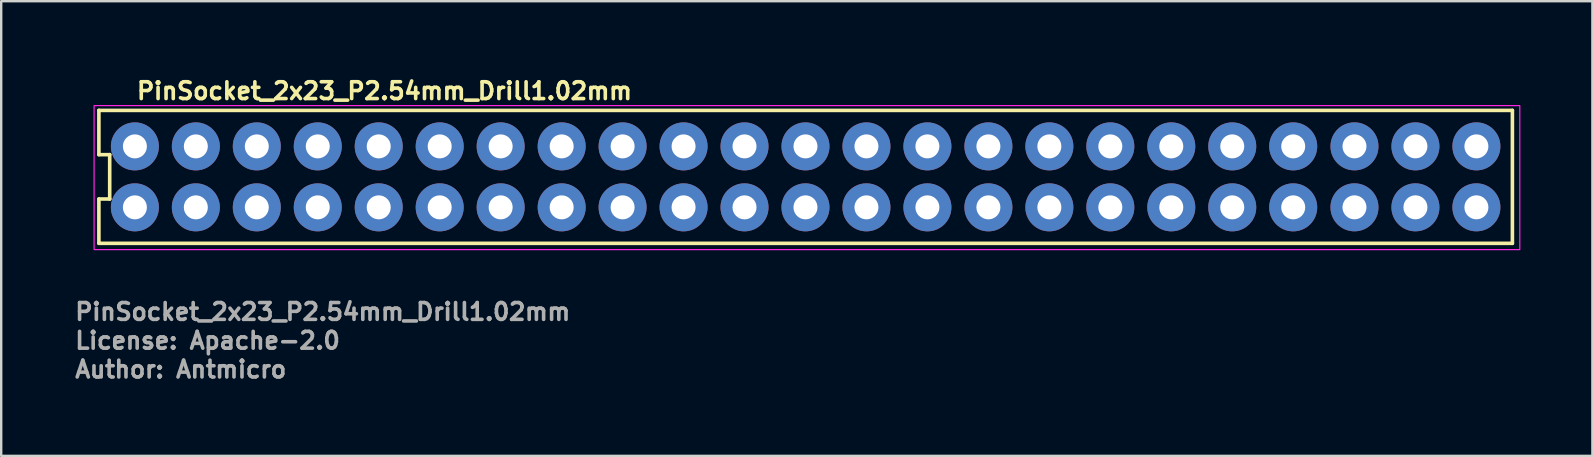
<source format=kicad_pcb>
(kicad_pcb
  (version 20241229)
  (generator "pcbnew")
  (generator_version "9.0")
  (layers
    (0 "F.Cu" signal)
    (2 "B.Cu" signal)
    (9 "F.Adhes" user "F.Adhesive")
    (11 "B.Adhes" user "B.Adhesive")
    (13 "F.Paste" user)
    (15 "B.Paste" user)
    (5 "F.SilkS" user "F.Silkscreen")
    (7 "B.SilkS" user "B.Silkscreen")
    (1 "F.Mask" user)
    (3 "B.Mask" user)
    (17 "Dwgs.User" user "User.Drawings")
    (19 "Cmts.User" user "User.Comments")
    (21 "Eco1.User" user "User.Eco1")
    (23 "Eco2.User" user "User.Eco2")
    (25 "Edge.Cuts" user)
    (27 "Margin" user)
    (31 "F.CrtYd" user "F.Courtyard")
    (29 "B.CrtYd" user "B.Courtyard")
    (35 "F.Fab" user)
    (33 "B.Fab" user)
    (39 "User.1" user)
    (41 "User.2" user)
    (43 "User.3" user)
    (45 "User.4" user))
  (footprint "PinSocket_2x23_P2.54mm_Drill1.02mm"
    (layer "F.Cu")
    (at 2.57 3.049)
    (property "Reference" "PinSocket_2x23_P2.54mm_Drill1.02mm" (at 0 -1.899 180) (layer "F.SilkS") (effects (font (size 0.7 0.7) (thickness 0.15)) (justify left bottom)))
    (attr through_hole)
    (fp_line (start -1.5 -1.5) (end -1.5 0.345) (stroke (width 0.15) (type solid)) (layer "F.SilkS"))
    (fp_line (start -1.5 0.345) (end -1.05 0.345) (stroke (width 0.15) (type solid)) (layer "F.SilkS"))
    (fp_line (start -1.5 2.193) (end -1.5 4.038) (stroke (width 0.15) (type solid)) (layer "F.SilkS"))
    (fp_line (start -1.5 4.038) (end 57.39 4.04) (stroke (width 0.15) (type solid)) (layer "F.SilkS"))
    (fp_line (start -1.05 0.345) (end -1.05 2.193) (stroke (width 0.15) (type solid)) (layer "F.SilkS"))
    (fp_line (start -1.05 2.193) (end -1.5 2.193) (stroke (width 0.15) (type solid)) (layer "F.SilkS"))
    (fp_line (start 57.39 -1.5) (end -1.5 -1.5) (stroke (width 0.15) (type solid)) (layer "F.SilkS"))
    (fp_line (start 57.392 4.039) (end 57.392 -1.5) (stroke (width 0.15) (type solid)) (layer "F.SilkS"))
    (fp_rect (start -1.7 -1.7) (end 57.7 4.3) (stroke (width 0.05) (type solid)) (fill no) (layer "F.CrtYd"))
    (fp_rect (start -1.221 -1.27) (end 57.25 3.81) (stroke (width 0.1) (type solid)) (fill no) (layer "User.5"))
    (fp_line (start -1.221 -1.27) (end -1.221 3.81) (stroke (width 0.02) (type solid)) (layer "User.9"))
    (fp_line (start -1.221 3.81) (end 57.21 3.81) (stroke (width 0.02) (type solid)) (layer "User.9"))
    (fp_line (start -0.651 -0.699) (end 0.749 -0.699) (stroke (width 0.02) (type solid)) (layer "User.9"))
    (fp_line (start -0.651 0.699) (end -0.651 -0.699) (stroke (width 0.02) (type solid)) (layer "User.9"))
    (fp_line (start -0.651 0.699) (end -0.451 0.5) (stroke (width 0.02) (type solid)) (layer "User.9"))
    (fp_line (start -0.651 1.84) (end 0.749 1.84) (stroke (width 0.02) (type solid)) (layer "User.9"))
    (fp_line (start -0.651 3.24) (end -0.651 1.84) (stroke (width 0.02) (type solid)) (layer "User.9"))
    (fp_line (start -0.451 -0.5) (end -0.651 -0.699) (stroke (width 0.02) (type solid)) (layer "User.9"))
    (fp_line (start -0.451 -0.5) (end -0.451 0.5) (stroke (width 0.02) (type solid)) (layer "User.9"))
    (fp_line (start -0.451 0.5) (end 0.549 0.5) (stroke (width 0.02) (type solid)) (layer "User.9"))
    (fp_line (start -0.451 2.04) (end -0.651 1.84) (stroke (width 0.02) (type solid)) (layer "User.9"))
    (fp_line (start -0.451 2.04) (end -0.451 3.04) (stroke (width 0.02) (type solid)) (layer "User.9"))
    (fp_line (start -0.451 3.04) (end -0.651 3.24) (stroke (width 0.02) (type solid)) (layer "User.9"))
    (fp_line (start -0.451 3.04) (end 0.549 3.04) (stroke (width 0.02) (type solid)) (layer "User.9"))
    (fp_line (start -0.201 -0.25) (end 0.299 -0.25) (stroke (width 0.02) (type solid)) (layer "User.9"))
    (fp_line (start -0.201 0.25) (end -0.201 -0.25) (stroke (width 0.02) (type solid)) (layer "User.9"))
    (fp_line (start -0.201 2.29) (end 0.299 2.29) (stroke (width 0.02) (type solid)) (layer "User.9"))
    (fp_line (start -0.201 2.79) (end -0.201 2.29) (stroke (width 0.02) (type solid)) (layer "User.9"))
    (fp_line (start 0.299 -0.25) (end 0.299 0.25) (stroke (width 0.02) (type solid)) (layer "User.9"))
    (fp_line (start 0.299 0.25) (end -0.201 0.25) (stroke (width 0.02) (type solid)) (layer "User.9"))
    (fp_line (start 0.299 2.29) (end 0.299 2.79) (stroke (width 0.02) (type solid)) (layer "User.9"))
    (fp_line (start 0.299 2.79) (end -0.201 2.79) (stroke (width 0.02) (type solid)) (layer "User.9"))
    (fp_line (start 0.549 -0.5) (end -0.451 -0.5) (stroke (width 0.02) (type solid)) (layer "User.9"))
    (fp_line (start 0.549 -0.5) (end 0.749 -0.699) (stroke (width 0.02) (type solid)) (layer "User.9"))
    (fp_line (start 0.549 0.5) (end 0.549 -0.5) (stroke (width 0.02) (type solid)) (layer "User.9"))
    (fp_line (start 0.549 2.04) (end -0.451 2.04) (stroke (width 0.02) (type solid)) (layer "User.9"))
    (fp_line (start 0.549 3.04) (end 0.549 2.04) (stroke (width 0.02) (type solid)) (layer "User.9"))
    (fp_line (start 0.749 -0.699) (end 0.749 0.699) (stroke (width 0.02) (type solid)) (layer "User.9"))
    (fp_line (start 0.749 0.699) (end -0.651 0.699) (stroke (width 0.02) (type solid)) (layer "User.9"))
    (fp_line (start 0.749 0.699) (end 0.549 0.5) (stroke (width 0.02) (type solid)) (layer "User.9"))
    (fp_line (start 0.749 1.84) (end 0.549 2.04) (stroke (width 0.02) (type solid)) (layer "User.9"))
    (fp_line (start 0.749 1.84) (end 0.749 3.24) (stroke (width 0.02) (type solid)) (layer "User.9"))
    (fp_line (start 0.749 3.24) (end -0.651 3.24) (stroke (width 0.02) (type solid)) (layer "User.9"))
    (fp_line (start 0.749 3.24) (end 0.549 3.04) (stroke (width 0.02) (type solid)) (layer "User.9"))
    (fp_line (start 1.889 -0.699) (end 2.089 -0.5) (stroke (width 0.02) (type solid)) (layer "User.9"))
    (fp_line (start 1.889 -0.699) (end 3.289 -0.699) (stroke (width 0.02) (type solid)) (layer "User.9"))
    (fp_line (start 1.889 0.699) (end 1.889 -0.699) (stroke (width 0.02) (type solid)) (layer "User.9"))
    (fp_line (start 1.889 0.699) (end 2.089 0.5) (stroke (width 0.02) (type solid)) (layer "User.9"))
    (fp_line (start 1.889 1.84) (end 2.089 2.04) (stroke (width 0.02) (type solid)) (layer "User.9"))
    (fp_line (start 1.889 1.84) (end 3.289 1.84) (stroke (width 0.02) (type solid)) (layer "User.9"))
    (fp_line (start 1.889 3.24) (end 1.889 1.84) (stroke (width 0.02) (type solid)) (layer "User.9"))
    (fp_line (start 2.089 -0.5) (end 2.089 0.5) (stroke (width 0.02) (type solid)) (layer "User.9"))
    (fp_line (start 2.089 0.5) (end 3.089 0.5) (stroke (width 0.02) (type solid)) (layer "User.9"))
    (fp_line (start 2.089 2.04) (end 2.089 3.04) (stroke (width 0.02) (type solid)) (layer "User.9"))
    (fp_line (start 2.089 3.04) (end 1.889 3.24) (stroke (width 0.02) (type solid)) (layer "User.9"))
    (fp_line (start 2.089 3.04) (end 3.089 3.04) (stroke (width 0.02) (type solid)) (layer "User.9"))
    (fp_line (start 2.339 -0.25) (end 2.839 -0.25) (stroke (width 0.02) (type solid)) (layer "User.9"))
    (fp_line (start 2.339 0.25) (end 2.339 -0.25) (stroke (width 0.02) (type solid)) (layer "User.9"))
    (fp_line (start 2.339 2.29) (end 2.839 2.29) (stroke (width 0.02) (type solid)) (layer "User.9"))
    (fp_line (start 2.339 2.79) (end 2.339 2.29) (stroke (width 0.02) (type solid)) (layer "User.9"))
    (fp_line (start 2.839 -0.25) (end 2.839 0.25) (stroke (width 0.02) (type solid)) (layer "User.9"))
    (fp_line (start 2.839 0.25) (end 2.339 0.25) (stroke (width 0.02) (type solid)) (layer "User.9"))
    (fp_line (start 2.839 2.29) (end 2.839 2.79) (stroke (width 0.02) (type solid)) (layer "User.9"))
    (fp_line (start 2.839 2.79) (end 2.339 2.79) (stroke (width 0.02) (type solid)) (layer "User.9"))
    (fp_line (start 3.089 -0.5) (end 2.089 -0.5) (stroke (width 0.02) (type solid)) (layer "User.9"))
    (fp_line (start 3.089 -0.5) (end 3.289 -0.699) (stroke (width 0.02) (type solid)) (layer "User.9"))
    (fp_line (start 3.089 0.5) (end 3.089 -0.5) (stroke (width 0.02) (type solid)) (layer "User.9"))
    (fp_line (start 3.089 0.5) (end 3.289 0.699) (stroke (width 0.02) (type solid)) (layer "User.9"))
    (fp_line (start 3.089 2.04) (end 2.089 2.04) (stroke (width 0.02) (type solid)) (layer "User.9"))
    (fp_line (start 3.089 3.04) (end 3.089 2.04) (stroke (width 0.02) (type solid)) (layer "User.9"))
    (fp_line (start 3.089 3.04) (end 3.289 3.24) (stroke (width 0.02) (type solid)) (layer "User.9"))
    (fp_line (start 3.289 -0.699) (end 3.289 0.699) (stroke (width 0.02) (type solid)) (layer "User.9"))
    (fp_line (start 3.289 0.699) (end 1.889 0.699) (stroke (width 0.02) (type solid)) (layer "User.9"))
    (fp_line (start 3.289 1.84) (end 3.089 2.04) (stroke (width 0.02) (type solid)) (layer "User.9"))
    (fp_line (start 3.289 1.84) (end 3.289 3.24) (stroke (width 0.02) (type solid)) (layer "User.9"))
    (fp_line (start 3.289 3.24) (end 1.889 3.24) (stroke (width 0.02) (type solid)) (layer "User.9"))
    (fp_line (start 4.429 -0.699) (end 4.628 -0.5) (stroke (width 0.02) (type solid)) (layer "User.9"))
    (fp_line (start 4.429 -0.699) (end 5.829 -0.699) (stroke (width 0.02) (type solid)) (layer "User.9"))
    (fp_line (start 4.429 0.699) (end 4.429 -0.699) (stroke (width 0.02) (type solid)) (layer "User.9"))
    (fp_line (start 4.429 0.699) (end 4.628 0.5) (stroke (width 0.02) (type solid)) (layer "User.9"))
    (fp_line (start 4.429 1.84) (end 4.628 2.04) (stroke (width 0.02) (type solid)) (layer "User.9"))
    (fp_line (start 4.429 1.84) (end 5.829 1.84) (stroke (width 0.02) (type solid)) (layer "User.9"))
    (fp_line (start 4.429 3.24) (end 4.429 1.84) (stroke (width 0.02) (type solid)) (layer "User.9"))
    (fp_line (start 4.628 -0.5) (end 4.628 0.5) (stroke (width 0.02) (type solid)) (layer "User.9"))
    (fp_line (start 4.628 0.5) (end 5.628 0.5) (stroke (width 0.02) (type solid)) (layer "User.9"))
    (fp_line (start 4.628 2.04) (end 4.628 3.04) (stroke (width 0.02) (type solid)) (layer "User.9"))
    (fp_line (start 4.628 3.04) (end 4.429 3.24) (stroke (width 0.02) (type solid)) (layer "User.9"))
    (fp_line (start 4.628 3.04) (end 5.628 3.04) (stroke (width 0.02) (type solid)) (layer "User.9"))
    (fp_line (start 4.878 -0.25) (end 5.378 -0.25) (stroke (width 0.02) (type solid)) (layer "User.9"))
    (fp_line (start 4.878 0.25) (end 4.878 -0.25) (stroke (width 0.02) (type solid)) (layer "User.9"))
    (fp_line (start 4.878 2.29) (end 5.378 2.29) (stroke (width 0.02) (type solid)) (layer "User.9"))
    (fp_line (start 4.878 2.79) (end 4.878 2.29) (stroke (width 0.02) (type solid)) (layer "User.9"))
    (fp_line (start 5.378 -0.25) (end 5.378 0.25) (stroke (width 0.02) (type solid)) (layer "User.9"))
    (fp_line (start 5.378 0.25) (end 4.878 0.25) (stroke (width 0.02) (type solid)) (layer "User.9"))
    (fp_line (start 5.378 2.29) (end 5.378 2.79) (stroke (width 0.02) (type solid)) (layer "User.9"))
    (fp_line (start 5.378 2.79) (end 4.878 2.79) (stroke (width 0.02) (type solid)) (layer "User.9"))
    (fp_line (start 5.628 -0.5) (end 4.628 -0.5) (stroke (width 0.02) (type solid)) (layer "User.9"))
    (fp_line (start 5.628 -0.5) (end 5.829 -0.699) (stroke (width 0.02) (type solid)) (layer "User.9"))
    (fp_line (start 5.628 0.5) (end 5.628 -0.5) (stroke (width 0.02) (type solid)) (layer "User.9"))
    (fp_line (start 5.628 0.5) (end 5.829 0.699) (stroke (width 0.02) (type solid)) (layer "User.9"))
    (fp_line (start 5.628 2.04) (end 4.628 2.04) (stroke (width 0.02) (type solid)) (layer "User.9"))
    (fp_line (start 5.628 3.04) (end 5.628 2.04) (stroke (width 0.02) (type solid)) (layer "User.9"))
    (fp_line (start 5.628 3.04) (end 5.829 3.24) (stroke (width 0.02) (type solid)) (layer "User.9"))
    (fp_line (start 5.829 -0.699) (end 5.829 0.699) (stroke (width 0.02) (type solid)) (layer "User.9"))
    (fp_line (start 5.829 0.699) (end 4.429 0.699) (stroke (width 0.02) (type solid)) (layer "User.9"))
    (fp_line (start 5.829 1.84) (end 5.628 2.04) (stroke (width 0.02) (type solid)) (layer "User.9"))
    (fp_line (start 5.829 1.84) (end 5.829 3.24) (stroke (width 0.02) (type solid)) (layer "User.9"))
    (fp_line (start 5.829 3.24) (end 4.429 3.24) (stroke (width 0.02) (type solid)) (layer "User.9"))
    (fp_line (start 6.969 -0.699) (end 7.168 -0.5) (stroke (width 0.02) (type solid)) (layer "User.9"))
    (fp_line (start 6.969 -0.699) (end 8.369 -0.699) (stroke (width 0.02) (type solid)) (layer "User.9"))
    (fp_line (start 6.969 0.699) (end 6.969 -0.699) (stroke (width 0.02) (type solid)) (layer "User.9"))
    (fp_line (start 6.969 0.699) (end 7.168 0.5) (stroke (width 0.02) (type solid)) (layer "User.9"))
    (fp_line (start 6.969 1.84) (end 7.168 2.04) (stroke (width 0.02) (type solid)) (layer "User.9"))
    (fp_line (start 6.969 1.84) (end 8.369 1.84) (stroke (width 0.02) (type solid)) (layer "User.9"))
    (fp_line (start 6.969 3.24) (end 6.969 1.84) (stroke (width 0.02) (type solid)) (layer "User.9"))
    (fp_line (start 7.168 -0.5) (end 7.168 0.5) (stroke (width 0.02) (type solid)) (layer "User.9"))
    (fp_line (start 7.168 0.5) (end 8.169 0.5) (stroke (width 0.02) (type solid)) (layer "User.9"))
    (fp_line (start 7.168 2.04) (end 7.168 3.04) (stroke (width 0.02) (type solid)) (layer "User.9"))
    (fp_line (start 7.168 3.04) (end 6.969 3.24) (stroke (width 0.02) (type solid)) (layer "User.9"))
    (fp_line (start 7.168 3.04) (end 8.169 3.04) (stroke (width 0.02) (type solid)) (layer "User.9"))
    (fp_line (start 7.418 -0.25) (end 7.918 -0.25) (stroke (width 0.02) (type solid)) (layer "User.9"))
    (fp_line (start 7.418 0.25) (end 7.418 -0.25) (stroke (width 0.02) (type solid)) (layer "User.9"))
    (fp_line (start 7.418 2.29) (end 7.918 2.29) (stroke (width 0.02) (type solid)) (layer "User.9"))
    (fp_line (start 7.418 2.79) (end 7.418 2.29) (stroke (width 0.02) (type solid)) (layer "User.9"))
    (fp_line (start 7.918 -0.25) (end 7.918 0.25) (stroke (width 0.02) (type solid)) (layer "User.9"))
    (fp_line (start 7.918 0.25) (end 7.418 0.25) (stroke (width 0.02) (type solid)) (layer "User.9"))
    (fp_line (start 7.918 2.29) (end 7.918 2.79) (stroke (width 0.02) (type solid)) (layer "User.9"))
    (fp_line (start 7.918 2.79) (end 7.418 2.79) (stroke (width 0.02) (type solid)) (layer "User.9"))
    (fp_line (start 8.169 -0.5) (end 7.168 -0.5) (stroke (width 0.02) (type solid)) (layer "User.9"))
    (fp_line (start 8.169 -0.5) (end 8.369 -0.699) (stroke (width 0.02) (type solid)) (layer "User.9"))
    (fp_line (start 8.169 0.5) (end 8.169 -0.5) (stroke (width 0.02) (type solid)) (layer "User.9"))
    (fp_line (start 8.169 0.5) (end 8.369 0.699) (stroke (width 0.02) (type solid)) (layer "User.9"))
    (fp_line (start 8.169 2.04) (end 7.168 2.04) (stroke (width 0.02) (type solid)) (layer "User.9"))
    (fp_line (start 8.169 3.04) (end 8.169 2.04) (stroke (width 0.02) (type solid)) (layer "User.9"))
    (fp_line (start 8.169 3.04) (end 8.369 3.24) (stroke (width 0.02) (type solid)) (layer "User.9"))
    (fp_line (start 8.369 -0.699) (end 8.369 0.699) (stroke (width 0.02) (type solid)) (layer "User.9"))
    (fp_line (start 8.369 0.699) (end 6.969 0.699) (stroke (width 0.02) (type solid)) (layer "User.9"))
    (fp_line (start 8.369 1.84) (end 8.169 2.04) (stroke (width 0.02) (type solid)) (layer "User.9"))
    (fp_line (start 8.369 1.84) (end 8.369 3.24) (stroke (width 0.02) (type solid)) (layer "User.9"))
    (fp_line (start 8.369 3.24) (end 6.969 3.24) (stroke (width 0.02) (type solid)) (layer "User.9"))
    (fp_line (start 9.509 -0.699) (end 9.709 -0.5) (stroke (width 0.02) (type solid)) (layer "User.9"))
    (fp_line (start 9.509 -0.699) (end 10.909 -0.699) (stroke (width 0.02) (type solid)) (layer "User.9"))
    (fp_line (start 9.509 0.699) (end 9.509 -0.699) (stroke (width 0.02) (type solid)) (layer "User.9"))
    (fp_line (start 9.509 0.699) (end 9.709 0.5) (stroke (width 0.02) (type solid)) (layer "User.9"))
    (fp_line (start 9.509 1.84) (end 9.709 2.04) (stroke (width 0.02) (type solid)) (layer "User.9"))
    (fp_line (start 9.509 1.84) (end 10.909 1.84) (stroke (width 0.02) (type solid)) (layer "User.9"))
    (fp_line (start 9.509 3.24) (end 9.509 1.84) (stroke (width 0.02) (type solid)) (layer "User.9"))
    (fp_line (start 9.709 -0.5) (end 9.709 0.5) (stroke (width 0.02) (type solid)) (layer "User.9"))
    (fp_line (start 9.709 0.5) (end 10.709 0.5) (stroke (width 0.02) (type solid)) (layer "User.9"))
    (fp_line (start 9.709 2.04) (end 9.709 3.04) (stroke (width 0.02) (type solid)) (layer "User.9"))
    (fp_line (start 9.709 3.04) (end 9.509 3.24) (stroke (width 0.02) (type solid)) (layer "User.9"))
    (fp_line (start 9.709 3.04) (end 10.709 3.04) (stroke (width 0.02) (type solid)) (layer "User.9"))
    (fp_line (start 9.959 -0.25) (end 10.459 -0.25) (stroke (width 0.02) (type solid)) (layer "User.9"))
    (fp_line (start 9.959 0.25) (end 9.959 -0.25) (stroke (width 0.02) (type solid)) (layer "User.9"))
    (fp_line (start 9.959 2.29) (end 10.459 2.29) (stroke (width 0.02) (type solid)) (layer "User.9"))
    (fp_line (start 9.959 2.79) (end 9.959 2.29) (stroke (width 0.02) (type solid)) (layer "User.9"))
    (fp_line (start 10.459 -0.25) (end 10.459 0.25) (stroke (width 0.02) (type solid)) (layer "User.9"))
    (fp_line (start 10.459 0.25) (end 9.959 0.25) (stroke (width 0.02) (type solid)) (layer "User.9"))
    (fp_line (start 10.459 2.29) (end 10.459 2.79) (stroke (width 0.02) (type solid)) (layer "User.9"))
    (fp_line (start 10.459 2.79) (end 9.959 2.79) (stroke (width 0.02) (type solid)) (layer "User.9"))
    (fp_line (start 10.709 -0.5) (end 9.709 -0.5) (stroke (width 0.02) (type solid)) (layer "User.9"))
    (fp_line (start 10.709 -0.5) (end 10.909 -0.699) (stroke (width 0.02) (type solid)) (layer "User.9"))
    (fp_line (start 10.709 0.5) (end 10.709 -0.5) (stroke (width 0.02) (type solid)) (layer "User.9"))
    (fp_line (start 10.709 0.5) (end 10.909 0.699) (stroke (width 0.02) (type solid)) (layer "User.9"))
    (fp_line (start 10.709 2.04) (end 9.709 2.04) (stroke (width 0.02) (type solid)) (layer "User.9"))
    (fp_line (start 10.709 3.04) (end 10.709 2.04) (stroke (width 0.02) (type solid)) (layer "User.9"))
    (fp_line (start 10.709 3.04) (end 10.909 3.24) (stroke (width 0.02) (type solid)) (layer "User.9"))
    (fp_line (start 10.909 -0.699) (end 10.909 0.699) (stroke (width 0.02) (type solid)) (layer "User.9"))
    (fp_line (start 10.909 0.699) (end 9.509 0.699) (stroke (width 0.02) (type solid)) (layer "User.9"))
    (fp_line (start 10.909 1.84) (end 10.709 2.04) (stroke (width 0.02) (type solid)) (layer "User.9"))
    (fp_line (start 10.909 1.84) (end 10.909 3.24) (stroke (width 0.02) (type solid)) (layer "User.9"))
    (fp_line (start 10.909 3.24) (end 9.509 3.24) (stroke (width 0.02) (type solid)) (layer "User.9"))
    (fp_line (start 12.049 -0.699) (end 13.449 -0.699) (stroke (width 0.02) (type solid)) (layer "User.9"))
    (fp_line (start 12.049 0.699) (end 12.049 -0.699) (stroke (width 0.02) (type solid)) (layer "User.9"))
    (fp_line (start 12.049 0.699) (end 12.249 0.5) (stroke (width 0.02) (type solid)) (layer "User.9"))
    (fp_line (start 12.049 1.84) (end 13.449 1.84) (stroke (width 0.02) (type solid)) (layer "User.9"))
    (fp_line (start 12.049 3.24) (end 12.049 1.84) (stroke (width 0.02) (type solid)) (layer "User.9"))
    (fp_line (start 12.249 -0.5) (end 12.049 -0.699) (stroke (width 0.02) (type solid)) (layer "User.9"))
    (fp_line (start 12.249 -0.5) (end 12.249 0.5) (stroke (width 0.02) (type solid)) (layer "User.9"))
    (fp_line (start 12.249 0.5) (end 13.249 0.5) (stroke (width 0.02) (type solid)) (layer "User.9"))
    (fp_line (start 12.249 2.04) (end 12.049 1.84) (stroke (width 0.02) (type solid)) (layer "User.9"))
    (fp_line (start 12.249 2.04) (end 12.249 3.04) (stroke (width 0.02) (type solid)) (layer "User.9"))
    (fp_line (start 12.249 3.04) (end 12.049 3.24) (stroke (width 0.02) (type solid)) (layer "User.9"))
    (fp_line (start 12.249 3.04) (end 13.249 3.04) (stroke (width 0.02) (type solid)) (layer "User.9"))
    (fp_line (start 12.499 -0.25) (end 12.999 -0.25) (stroke (width 0.02) (type solid)) (layer "User.9"))
    (fp_line (start 12.499 0.25) (end 12.499 -0.25) (stroke (width 0.02) (type solid)) (layer "User.9"))
    (fp_line (start 12.499 2.29) (end 12.999 2.29) (stroke (width 0.02) (type solid)) (layer "User.9"))
    (fp_line (start 12.499 2.79) (end 12.499 2.29) (stroke (width 0.02) (type solid)) (layer "User.9"))
    (fp_line (start 12.999 -0.25) (end 12.999 0.25) (stroke (width 0.02) (type solid)) (layer "User.9"))
    (fp_line (start 12.999 0.25) (end 12.499 0.25) (stroke (width 0.02) (type solid)) (layer "User.9"))
    (fp_line (start 12.999 2.29) (end 12.999 2.79) (stroke (width 0.02) (type solid)) (layer "User.9"))
    (fp_line (start 12.999 2.79) (end 12.499 2.79) (stroke (width 0.02) (type solid)) (layer "User.9"))
    (fp_line (start 13.249 -0.5) (end 12.249 -0.5) (stroke (width 0.02) (type solid)) (layer "User.9"))
    (fp_line (start 13.249 -0.5) (end 13.449 -0.699) (stroke (width 0.02) (type solid)) (layer "User.9"))
    (fp_line (start 13.249 0.5) (end 13.249 -0.5) (stroke (width 0.02) (type solid)) (layer "User.9"))
    (fp_line (start 13.249 2.04) (end 12.249 2.04) (stroke (width 0.02) (type solid)) (layer "User.9"))
    (fp_line (start 13.249 3.04) (end 13.249 2.04) (stroke (width 0.02) (type solid)) (layer "User.9"))
    (fp_line (start 13.449 -0.699) (end 13.449 0.699) (stroke (width 0.02) (type solid)) (layer "User.9"))
    (fp_line (start 13.449 0.699) (end 12.049 0.699) (stroke (width 0.02) (type solid)) (layer "User.9"))
    (fp_line (start 13.449 0.699) (end 13.249 0.5) (stroke (width 0.02) (type solid)) (layer "User.9"))
    (fp_line (start 13.449 1.84) (end 13.249 2.04) (stroke (width 0.02) (type solid)) (layer "User.9"))
    (fp_line (start 13.449 1.84) (end 13.449 3.24) (stroke (width 0.02) (type solid)) (layer "User.9"))
    (fp_line (start 13.449 3.24) (end 12.049 3.24) (stroke (width 0.02) (type solid)) (layer "User.9"))
    (fp_line (start 13.449 3.24) (end 13.249 3.04) (stroke (width 0.02) (type solid)) (layer "User.9"))
    (fp_line (start 14.589 -0.699) (end 14.789 -0.5) (stroke (width 0.02) (type solid)) (layer "User.9"))
    (fp_line (start 14.589 -0.699) (end 15.989 -0.699) (stroke (width 0.02) (type solid)) (layer "User.9"))
    (fp_line (start 14.589 0.699) (end 14.589 -0.699) (stroke (width 0.02) (type solid)) (layer "User.9"))
    (fp_line (start 14.589 0.699) (end 14.789 0.5) (stroke (width 0.02) (type solid)) (layer "User.9"))
    (fp_line (start 14.589 1.84) (end 14.789 2.04) (stroke (width 0.02) (type solid)) (layer "User.9"))
    (fp_line (start 14.589 1.84) (end 15.989 1.84) (stroke (width 0.02) (type solid)) (layer "User.9"))
    (fp_line (start 14.589 3.24) (end 14.589 1.84) (stroke (width 0.02) (type solid)) (layer "User.9"))
    (fp_line (start 14.789 -0.5) (end 14.789 0.5) (stroke (width 0.02) (type solid)) (layer "User.9"))
    (fp_line (start 14.789 0.5) (end 15.789 0.5) (stroke (width 0.02) (type solid)) (layer "User.9"))
    (fp_line (start 14.789 2.04) (end 14.789 3.04) (stroke (width 0.02) (type solid)) (layer "User.9"))
    (fp_line (start 14.789 3.04) (end 14.589 3.24) (stroke (width 0.02) (type solid)) (layer "User.9"))
    (fp_line (start 14.789 3.04) (end 15.789 3.04) (stroke (width 0.02) (type solid)) (layer "User.9"))
    (fp_line (start 15.039 -0.25) (end 15.539 -0.25) (stroke (width 0.02) (type solid)) (layer "User.9"))
    (fp_line (start 15.039 0.25) (end 15.039 -0.25) (stroke (width 0.02) (type solid)) (layer "User.9"))
    (fp_line (start 15.039 2.29) (end 15.539 2.29) (stroke (width 0.02) (type solid)) (layer "User.9"))
    (fp_line (start 15.039 2.79) (end 15.039 2.29) (stroke (width 0.02) (type solid)) (layer "User.9"))
    (fp_line (start 15.539 -0.25) (end 15.539 0.25) (stroke (width 0.02) (type solid)) (layer "User.9"))
    (fp_line (start 15.539 0.25) (end 15.039 0.25) (stroke (width 0.02) (type solid)) (layer "User.9"))
    (fp_line (start 15.539 2.29) (end 15.539 2.79) (stroke (width 0.02) (type solid)) (layer "User.9"))
    (fp_line (start 15.539 2.79) (end 15.039 2.79) (stroke (width 0.02) (type solid)) (layer "User.9"))
    (fp_line (start 15.789 -0.5) (end 14.789 -0.5) (stroke (width 0.02) (type solid)) (layer "User.9"))
    (fp_line (start 15.789 -0.5) (end 15.989 -0.699) (stroke (width 0.02) (type solid)) (layer "User.9"))
    (fp_line (start 15.789 0.5) (end 15.789 -0.5) (stroke (width 0.02) (type solid)) (layer "User.9"))
    (fp_line (start 15.789 0.5) (end 15.989 0.699) (stroke (width 0.02) (type solid)) (layer "User.9"))
    (fp_line (start 15.789 2.04) (end 14.789 2.04) (stroke (width 0.02) (type solid)) (layer "User.9"))
    (fp_line (start 15.789 3.04) (end 15.789 2.04) (stroke (width 0.02) (type solid)) (layer "User.9"))
    (fp_line (start 15.789 3.04) (end 15.989 3.24) (stroke (width 0.02) (type solid)) (layer "User.9"))
    (fp_line (start 15.989 -0.699) (end 15.989 0.699) (stroke (width 0.02) (type solid)) (layer "User.9"))
    (fp_line (start 15.989 0.699) (end 14.589 0.699) (stroke (width 0.02) (type solid)) (layer "User.9"))
    (fp_line (start 15.989 1.84) (end 15.789 2.04) (stroke (width 0.02) (type solid)) (layer "User.9"))
    (fp_line (start 15.989 1.84) (end 15.989 3.24) (stroke (width 0.02) (type solid)) (layer "User.9"))
    (fp_line (start 15.989 3.24) (end 14.589 3.24) (stroke (width 0.02) (type solid)) (layer "User.9"))
    (fp_line (start 17.129 -0.699) (end 17.329 -0.5) (stroke (width 0.02) (type solid)) (layer "User.9"))
    (fp_line (start 17.129 -0.699) (end 18.528 -0.699) (stroke (width 0.02) (type solid)) (layer "User.9"))
    (fp_line (start 17.129 0.699) (end 17.129 -0.699) (stroke (width 0.02) (type solid)) (layer "User.9"))
    (fp_line (start 17.129 0.699) (end 17.329 0.5) (stroke (width 0.02) (type solid)) (layer "User.9"))
    (fp_line (start 17.129 1.84) (end 17.329 2.04) (stroke (width 0.02) (type solid)) (layer "User.9"))
    (fp_line (start 17.129 1.84) (end 18.528 1.84) (stroke (width 0.02) (type solid)) (layer "User.9"))
    (fp_line (start 17.129 3.24) (end 17.129 1.84) (stroke (width 0.02) (type solid)) (layer "User.9"))
    (fp_line (start 17.329 -0.5) (end 17.329 0.5) (stroke (width 0.02) (type solid)) (layer "User.9"))
    (fp_line (start 17.329 0.5) (end 18.329 0.5) (stroke (width 0.02) (type solid)) (layer "User.9"))
    (fp_line (start 17.329 2.04) (end 17.329 3.04) (stroke (width 0.02) (type solid)) (layer "User.9"))
    (fp_line (start 17.329 3.04) (end 17.129 3.24) (stroke (width 0.02) (type solid)) (layer "User.9"))
    (fp_line (start 17.329 3.04) (end 18.329 3.04) (stroke (width 0.02) (type solid)) (layer "User.9"))
    (fp_line (start 17.579 -0.25) (end 18.079 -0.25) (stroke (width 0.02) (type solid)) (layer "User.9"))
    (fp_line (start 17.579 0.25) (end 17.579 -0.25) (stroke (width 0.02) (type solid)) (layer "User.9"))
    (fp_line (start 17.579 2.29) (end 18.079 2.29) (stroke (width 0.02) (type solid)) (layer "User.9"))
    (fp_line (start 17.579 2.79) (end 17.579 2.29) (stroke (width 0.02) (type solid)) (layer "User.9"))
    (fp_line (start 18.079 -0.25) (end 18.079 0.25) (stroke (width 0.02) (type solid)) (layer "User.9"))
    (fp_line (start 18.079 0.25) (end 17.579 0.25) (stroke (width 0.02) (type solid)) (layer "User.9"))
    (fp_line (start 18.079 2.29) (end 18.079 2.79) (stroke (width 0.02) (type solid)) (layer "User.9"))
    (fp_line (start 18.079 2.79) (end 17.579 2.79) (stroke (width 0.02) (type solid)) (layer "User.9"))
    (fp_line (start 18.329 -0.5) (end 17.329 -0.5) (stroke (width 0.02) (type solid)) (layer "User.9"))
    (fp_line (start 18.329 -0.5) (end 18.528 -0.699) (stroke (width 0.02) (type solid)) (layer "User.9"))
    (fp_line (start 18.329 0.5) (end 18.329 -0.5) (stroke (width 0.02) (type solid)) (layer "User.9"))
    (fp_line (start 18.329 0.5) (end 18.528 0.699) (stroke (width 0.02) (type solid)) (layer "User.9"))
    (fp_line (start 18.329 2.04) (end 17.329 2.04) (stroke (width 0.02) (type solid)) (layer "User.9"))
    (fp_line (start 18.329 3.04) (end 18.329 2.04) (stroke (width 0.02) (type solid)) (layer "User.9"))
    (fp_line (start 18.329 3.04) (end 18.528 3.24) (stroke (width 0.02) (type solid)) (layer "User.9"))
    (fp_line (start 18.528 -0.699) (end 18.528 0.699) (stroke (width 0.02) (type solid)) (layer "User.9"))
    (fp_line (start 18.528 0.699) (end 17.129 0.699) (stroke (width 0.02) (type solid)) (layer "User.9"))
    (fp_line (start 18.528 1.84) (end 18.329 2.04) (stroke (width 0.02) (type solid)) (layer "User.9"))
    (fp_line (start 18.528 1.84) (end 18.528 3.24) (stroke (width 0.02) (type solid)) (layer "User.9"))
    (fp_line (start 18.528 3.24) (end 17.129 3.24) (stroke (width 0.02) (type solid)) (layer "User.9"))
    (fp_line (start 19.669 -0.699) (end 19.868 -0.5) (stroke (width 0.02) (type solid)) (layer "User.9"))
    (fp_line (start 19.669 -0.699) (end 21.069 -0.699) (stroke (width 0.02) (type solid)) (layer "User.9"))
    (fp_line (start 19.669 0.699) (end 19.669 -0.699) (stroke (width 0.02) (type solid)) (layer "User.9"))
    (fp_line (start 19.669 0.699) (end 19.868 0.5) (stroke (width 0.02) (type solid)) (layer "User.9"))
    (fp_line (start 19.669 1.84) (end 19.868 2.04) (stroke (width 0.02) (type solid)) (layer "User.9"))
    (fp_line (start 19.669 1.84) (end 21.069 1.84) (stroke (width 0.02) (type solid)) (layer "User.9"))
    (fp_line (start 19.669 3.24) (end 19.669 1.84) (stroke (width 0.02) (type solid)) (layer "User.9"))
    (fp_line (start 19.868 -0.5) (end 19.868 0.5) (stroke (width 0.02) (type solid)) (layer "User.9"))
    (fp_line (start 19.868 0.5) (end 20.868 0.5) (stroke (width 0.02) (type solid)) (layer "User.9"))
    (fp_line (start 19.868 2.04) (end 19.868 3.04) (stroke (width 0.02) (type solid)) (layer "User.9"))
    (fp_line (start 19.868 3.04) (end 19.669 3.24) (stroke (width 0.02) (type solid)) (layer "User.9"))
    (fp_line (start 19.868 3.04) (end 20.868 3.04) (stroke (width 0.02) (type solid)) (layer "User.9"))
    (fp_line (start 20.118 -0.25) (end 20.618 -0.25) (stroke (width 0.02) (type solid)) (layer "User.9"))
    (fp_line (start 20.118 0.25) (end 20.118 -0.25) (stroke (width 0.02) (type solid)) (layer "User.9"))
    (fp_line (start 20.118 2.29) (end 20.618 2.29) (stroke (width 0.02) (type solid)) (layer "User.9"))
    (fp_line (start 20.118 2.79) (end 20.118 2.29) (stroke (width 0.02) (type solid)) (layer "User.9"))
    (fp_line (start 20.618 -0.25) (end 20.618 0.25) (stroke (width 0.02) (type solid)) (layer "User.9"))
    (fp_line (start 20.618 0.25) (end 20.118 0.25) (stroke (width 0.02) (type solid)) (layer "User.9"))
    (fp_line (start 20.618 2.29) (end 20.618 2.79) (stroke (width 0.02) (type solid)) (layer "User.9"))
    (fp_line (start 20.618 2.79) (end 20.118 2.79) (stroke (width 0.02) (type solid)) (layer "User.9"))
    (fp_line (start 20.868 -0.5) (end 19.868 -0.5) (stroke (width 0.02) (type solid)) (layer "User.9"))
    (fp_line (start 20.868 -0.5) (end 21.069 -0.699) (stroke (width 0.02) (type solid)) (layer "User.9"))
    (fp_line (start 20.868 0.5) (end 20.868 -0.5) (stroke (width 0.02) (type solid)) (layer "User.9"))
    (fp_line (start 20.868 0.5) (end 21.069 0.699) (stroke (width 0.02) (type solid)) (layer "User.9"))
    (fp_line (start 20.868 2.04) (end 19.868 2.04) (stroke (width 0.02) (type solid)) (layer "User.9"))
    (fp_line (start 20.868 3.04) (end 20.868 2.04) (stroke (width 0.02) (type solid)) (layer "User.9"))
    (fp_line (start 20.868 3.04) (end 21.069 3.24) (stroke (width 0.02) (type solid)) (layer "User.9"))
    (fp_line (start 21.069 -0.699) (end 21.069 0.699) (stroke (width 0.02) (type solid)) (layer "User.9"))
    (fp_line (start 21.069 0.699) (end 19.669 0.699) (stroke (width 0.02) (type solid)) (layer "User.9"))
    (fp_line (start 21.069 1.84) (end 20.868 2.04) (stroke (width 0.02) (type solid)) (layer "User.9"))
    (fp_line (start 21.069 1.84) (end 21.069 3.24) (stroke (width 0.02) (type solid)) (layer "User.9"))
    (fp_line (start 21.069 3.24) (end 19.669 3.24) (stroke (width 0.02) (type solid)) (layer "User.9"))
    (fp_line (start 22.209 -0.699) (end 22.409 -0.5) (stroke (width 0.02) (type solid)) (layer "User.9"))
    (fp_line (start 22.209 -0.699) (end 23.608 -0.699) (stroke (width 0.02) (type solid)) (layer "User.9"))
    (fp_line (start 22.209 0.699) (end 22.209 -0.699) (stroke (width 0.02) (type solid)) (layer "User.9"))
    (fp_line (start 22.209 0.699) (end 22.409 0.5) (stroke (width 0.02) (type solid)) (layer "User.9"))
    (fp_line (start 22.209 1.84) (end 22.409 2.04) (stroke (width 0.02) (type solid)) (layer "User.9"))
    (fp_line (start 22.209 1.84) (end 23.608 1.84) (stroke (width 0.02) (type solid)) (layer "User.9"))
    (fp_line (start 22.209 3.24) (end 22.209 1.84) (stroke (width 0.02) (type solid)) (layer "User.9"))
    (fp_line (start 22.409 -0.5) (end 22.409 0.5) (stroke (width 0.02) (type solid)) (layer "User.9"))
    (fp_line (start 22.409 0.5) (end 23.409 0.5) (stroke (width 0.02) (type solid)) (layer "User.9"))
    (fp_line (start 22.409 2.04) (end 22.409 3.04) (stroke (width 0.02) (type solid)) (layer "User.9"))
    (fp_line (start 22.409 3.04) (end 22.209 3.24) (stroke (width 0.02) (type solid)) (layer "User.9"))
    (fp_line (start 22.409 3.04) (end 23.409 3.04) (stroke (width 0.02) (type solid)) (layer "User.9"))
    (fp_line (start 22.659 -0.25) (end 23.159 -0.25) (stroke (width 0.02) (type solid)) (layer "User.9"))
    (fp_line (start 22.659 0.25) (end 22.659 -0.25) (stroke (width 0.02) (type solid)) (layer "User.9"))
    (fp_line (start 22.659 2.29) (end 23.159 2.29) (stroke (width 0.02) (type solid)) (layer "User.9"))
    (fp_line (start 22.659 2.79) (end 22.659 2.29) (stroke (width 0.02) (type solid)) (layer "User.9"))
    (fp_line (start 23.159 -0.25) (end 23.159 0.25) (stroke (width 0.02) (type solid)) (layer "User.9"))
    (fp_line (start 23.159 0.25) (end 22.659 0.25) (stroke (width 0.02) (type solid)) (layer "User.9"))
    (fp_line (start 23.159 2.29) (end 23.159 2.79) (stroke (width 0.02) (type solid)) (layer "User.9"))
    (fp_line (start 23.159 2.79) (end 22.659 2.79) (stroke (width 0.02) (type solid)) (layer "User.9"))
    (fp_line (start 23.409 -0.5) (end 22.409 -0.5) (stroke (width 0.02) (type solid)) (layer "User.9"))
    (fp_line (start 23.409 -0.5) (end 23.608 -0.699) (stroke (width 0.02) (type solid)) (layer "User.9"))
    (fp_line (start 23.409 0.5) (end 23.409 -0.5) (stroke (width 0.02) (type solid)) (layer "User.9"))
    (fp_line (start 23.409 0.5) (end 23.608 0.699) (stroke (width 0.02) (type solid)) (layer "User.9"))
    (fp_line (start 23.409 2.04) (end 22.409 2.04) (stroke (width 0.02) (type solid)) (layer "User.9"))
    (fp_line (start 23.409 3.04) (end 23.409 2.04) (stroke (width 0.02) (type solid)) (layer "User.9"))
    (fp_line (start 23.409 3.04) (end 23.608 3.24) (stroke (width 0.02) (type solid)) (layer "User.9"))
    (fp_line (start 23.608 -0.699) (end 23.608 0.699) (stroke (width 0.02) (type solid)) (layer "User.9"))
    (fp_line (start 23.608 0.699) (end 22.209 0.699) (stroke (width 0.02) (type solid)) (layer "User.9"))
    (fp_line (start 23.608 1.84) (end 23.409 2.04) (stroke (width 0.02) (type solid)) (layer "User.9"))
    (fp_line (start 23.608 1.84) (end 23.608 3.24) (stroke (width 0.02) (type solid)) (layer "User.9"))
    (fp_line (start 23.608 3.24) (end 22.209 3.24) (stroke (width 0.02) (type solid)) (layer "User.9"))
    (fp_line (start 24.749 -0.699) (end 26.149 -0.699) (stroke (width 0.02) (type solid)) (layer "User.9"))
    (fp_line (start 24.749 0.699) (end 24.749 -0.699) (stroke (width 0.02) (type solid)) (layer "User.9"))
    (fp_line (start 24.749 0.699) (end 24.948 0.5) (stroke (width 0.02) (type solid)) (layer "User.9"))
    (fp_line (start 24.749 1.84) (end 26.149 1.84) (stroke (width 0.02) (type solid)) (layer "User.9"))
    (fp_line (start 24.749 3.24) (end 24.749 1.84) (stroke (width 0.02) (type solid)) (layer "User.9"))
    (fp_line (start 24.948 -0.5) (end 24.749 -0.699) (stroke (width 0.02) (type solid)) (layer "User.9"))
    (fp_line (start 24.948 -0.5) (end 24.948 0.5) (stroke (width 0.02) (type solid)) (layer "User.9"))
    (fp_line (start 24.948 0.5) (end 25.948 0.5) (stroke (width 0.02) (type solid)) (layer "User.9"))
    (fp_line (start 24.948 2.04) (end 24.749 1.84) (stroke (width 0.02) (type solid)) (layer "User.9"))
    (fp_line (start 24.948 2.04) (end 24.948 3.04) (stroke (width 0.02) (type solid)) (layer "User.9"))
    (fp_line (start 24.948 3.04) (end 24.749 3.24) (stroke (width 0.02) (type solid)) (layer "User.9"))
    (fp_line (start 24.948 3.04) (end 25.948 3.04) (stroke (width 0.02) (type solid)) (layer "User.9"))
    (fp_line (start 25.198 -0.25) (end 25.698 -0.25) (stroke (width 0.02) (type solid)) (layer "User.9"))
    (fp_line (start 25.198 0.25) (end 25.198 -0.25) (stroke (width 0.02) (type solid)) (layer "User.9"))
    (fp_line (start 25.198 2.29) (end 25.698 2.29) (stroke (width 0.02) (type solid)) (layer "User.9"))
    (fp_line (start 25.198 2.79) (end 25.198 2.29) (stroke (width 0.02) (type solid)) (layer "User.9"))
    (fp_line (start 25.698 -0.25) (end 25.698 0.25) (stroke (width 0.02) (type solid)) (layer "User.9"))
    (fp_line (start 25.698 0.25) (end 25.198 0.25) (stroke (width 0.02) (type solid)) (layer "User.9"))
    (fp_line (start 25.698 2.29) (end 25.698 2.79) (stroke (width 0.02) (type solid)) (layer "User.9"))
    (fp_line (start 25.698 2.79) (end 25.198 2.79) (stroke (width 0.02) (type solid)) (layer "User.9"))
    (fp_line (start 25.948 -0.5) (end 24.948 -0.5) (stroke (width 0.02) (type solid)) (layer "User.9"))
    (fp_line (start 25.948 -0.5) (end 26.149 -0.699) (stroke (width 0.02) (type solid)) (layer "User.9"))
    (fp_line (start 25.948 0.5) (end 25.948 -0.5) (stroke (width 0.02) (type solid)) (layer "User.9"))
    (fp_line (start 25.948 2.04) (end 24.948 2.04) (stroke (width 0.02) (type solid)) (layer "User.9"))
    (fp_line (start 25.948 3.04) (end 25.948 2.04) (stroke (width 0.02) (type solid)) (layer "User.9"))
    (fp_line (start 26.149 -0.699) (end 26.149 0.699) (stroke (width 0.02) (type solid)) (layer "User.9"))
    (fp_line (start 26.149 0.699) (end 24.749 0.699) (stroke (width 0.02) (type solid)) (layer "User.9"))
    (fp_line (start 26.149 0.699) (end 25.948 0.5) (stroke (width 0.02) (type solid)) (layer "User.9"))
    (fp_line (start 26.149 1.84) (end 25.948 2.04) (stroke (width 0.02) (type solid)) (layer "User.9"))
    (fp_line (start 26.149 1.84) (end 26.149 3.24) (stroke (width 0.02) (type solid)) (layer "User.9"))
    (fp_line (start 26.149 3.24) (end 24.749 3.24) (stroke (width 0.02) (type solid)) (layer "User.9"))
    (fp_line (start 26.149 3.24) (end 25.948 3.04) (stroke (width 0.02) (type solid)) (layer "User.9"))
    (fp_line (start 27.289 -0.699) (end 27.489 -0.5) (stroke (width 0.02) (type solid)) (layer "User.9"))
    (fp_line (start 27.289 -0.699) (end 28.688 -0.699) (stroke (width 0.02) (type solid)) (layer "User.9"))
    (fp_line (start 27.289 0.699) (end 27.289 -0.699) (stroke (width 0.02) (type solid)) (layer "User.9"))
    (fp_line (start 27.289 0.699) (end 27.489 0.5) (stroke (width 0.02) (type solid)) (layer "User.9"))
    (fp_line (start 27.289 1.84) (end 27.489 2.04) (stroke (width 0.02) (type solid)) (layer "User.9"))
    (fp_line (start 27.289 1.84) (end 28.688 1.84) (stroke (width 0.02) (type solid)) (layer "User.9"))
    (fp_line (start 27.289 3.24) (end 27.289 1.84) (stroke (width 0.02) (type solid)) (layer "User.9"))
    (fp_line (start 27.489 -0.5) (end 27.489 0.5) (stroke (width 0.02) (type solid)) (layer "User.9"))
    (fp_line (start 27.489 0.5) (end 28.489 0.5) (stroke (width 0.02) (type solid)) (layer "User.9"))
    (fp_line (start 27.489 2.04) (end 27.489 3.04) (stroke (width 0.02) (type solid)) (layer "User.9"))
    (fp_line (start 27.489 3.04) (end 27.289 3.24) (stroke (width 0.02) (type solid)) (layer "User.9"))
    (fp_line (start 27.489 3.04) (end 28.489 3.04) (stroke (width 0.02) (type solid)) (layer "User.9"))
    (fp_line (start 27.739 -0.25) (end 28.239 -0.25) (stroke (width 0.02) (type solid)) (layer "User.9"))
    (fp_line (start 27.739 0.25) (end 27.739 -0.25) (stroke (width 0.02) (type solid)) (layer "User.9"))
    (fp_line (start 27.739 2.29) (end 28.239 2.29) (stroke (width 0.02) (type solid)) (layer "User.9"))
    (fp_line (start 27.739 2.79) (end 27.739 2.29) (stroke (width 0.02) (type solid)) (layer "User.9"))
    (fp_line (start 28.239 -0.25) (end 28.239 0.25) (stroke (width 0.02) (type solid)) (layer "User.9"))
    (fp_line (start 28.239 0.25) (end 27.739 0.25) (stroke (width 0.02) (type solid)) (layer "User.9"))
    (fp_line (start 28.239 2.29) (end 28.239 2.79) (stroke (width 0.02) (type solid)) (layer "User.9"))
    (fp_line (start 28.239 2.79) (end 27.739 2.79) (stroke (width 0.02) (type solid)) (layer "User.9"))
    (fp_line (start 28.489 -0.5) (end 27.489 -0.5) (stroke (width 0.02) (type solid)) (layer "User.9"))
    (fp_line (start 28.489 -0.5) (end 28.688 -0.699) (stroke (width 0.02) (type solid)) (layer "User.9"))
    (fp_line (start 28.489 0.5) (end 28.489 -0.5) (stroke (width 0.02) (type solid)) (layer "User.9"))
    (fp_line (start 28.489 0.5) (end 28.688 0.699) (stroke (width 0.02) (type solid)) (layer "User.9"))
    (fp_line (start 28.489 2.04) (end 27.489 2.04) (stroke (width 0.02) (type solid)) (layer "User.9"))
    (fp_line (start 28.489 3.04) (end 28.489 2.04) (stroke (width 0.02) (type solid)) (layer "User.9"))
    (fp_line (start 28.489 3.04) (end 28.688 3.24) (stroke (width 0.02) (type solid)) (layer "User.9"))
    (fp_line (start 28.688 -0.699) (end 28.688 0.699) (stroke (width 0.02) (type solid)) (layer "User.9"))
    (fp_line (start 28.688 0.699) (end 27.289 0.699) (stroke (width 0.02) (type solid)) (layer "User.9"))
    (fp_line (start 28.688 1.84) (end 28.489 2.04) (stroke (width 0.02) (type solid)) (layer "User.9"))
    (fp_line (start 28.688 1.84) (end 28.688 3.24) (stroke (width 0.02) (type solid)) (layer "User.9"))
    (fp_line (start 28.688 3.24) (end 27.289 3.24) (stroke (width 0.02) (type solid)) (layer "User.9"))
    (fp_line (start 29.829 -0.699) (end 30.028 -0.5) (stroke (width 0.02) (type solid)) (layer "User.9"))
    (fp_line (start 29.829 -0.699) (end 31.229 -0.699) (stroke (width 0.02) (type solid)) (layer "User.9"))
    (fp_line (start 29.829 0.699) (end 29.829 -0.699) (stroke (width 0.02) (type solid)) (layer "User.9"))
    (fp_line (start 29.829 0.699) (end 30.028 0.5) (stroke (width 0.02) (type solid)) (layer "User.9"))
    (fp_line (start 29.829 1.84) (end 30.028 2.04) (stroke (width 0.02) (type solid)) (layer "User.9"))
    (fp_line (start 29.829 1.84) (end 31.229 1.84) (stroke (width 0.02) (type solid)) (layer "User.9"))
    (fp_line (start 29.829 3.24) (end 29.829 1.84) (stroke (width 0.02) (type solid)) (layer "User.9"))
    (fp_line (start 30.028 -0.5) (end 30.028 0.5) (stroke (width 0.02) (type solid)) (layer "User.9"))
    (fp_line (start 30.028 0.5) (end 31.028 0.5) (stroke (width 0.02) (type solid)) (layer "User.9"))
    (fp_line (start 30.028 2.04) (end 30.028 3.04) (stroke (width 0.02) (type solid)) (layer "User.9"))
    (fp_line (start 30.028 3.04) (end 29.829 3.24) (stroke (width 0.02) (type solid)) (layer "User.9"))
    (fp_line (start 30.028 3.04) (end 31.028 3.04) (stroke (width 0.02) (type solid)) (layer "User.9"))
    (fp_line (start 30.278 -0.25) (end 30.778 -0.25) (stroke (width 0.02) (type solid)) (layer "User.9"))
    (fp_line (start 30.278 0.25) (end 30.278 -0.25) (stroke (width 0.02) (type solid)) (layer "User.9"))
    (fp_line (start 30.278 2.29) (end 30.778 2.29) (stroke (width 0.02) (type solid)) (layer "User.9"))
    (fp_line (start 30.278 2.79) (end 30.278 2.29) (stroke (width 0.02) (type solid)) (layer "User.9"))
    (fp_line (start 30.778 -0.25) (end 30.778 0.25) (stroke (width 0.02) (type solid)) (layer "User.9"))
    (fp_line (start 30.778 0.25) (end 30.278 0.25) (stroke (width 0.02) (type solid)) (layer "User.9"))
    (fp_line (start 30.778 2.29) (end 30.778 2.79) (stroke (width 0.02) (type solid)) (layer "User.9"))
    (fp_line (start 30.778 2.79) (end 30.278 2.79) (stroke (width 0.02) (type solid)) (layer "User.9"))
    (fp_line (start 31.028 -0.5) (end 30.028 -0.5) (stroke (width 0.02) (type solid)) (layer "User.9"))
    (fp_line (start 31.028 -0.5) (end 31.229 -0.699) (stroke (width 0.02) (type solid)) (layer "User.9"))
    (fp_line (start 31.028 0.5) (end 31.028 -0.5) (stroke (width 0.02) (type solid)) (layer "User.9"))
    (fp_line (start 31.028 0.5) (end 31.229 0.699) (stroke (width 0.02) (type solid)) (layer "User.9"))
    (fp_line (start 31.028 2.04) (end 30.028 2.04) (stroke (width 0.02) (type solid)) (layer "User.9"))
    (fp_line (start 31.028 3.04) (end 31.028 2.04) (stroke (width 0.02) (type solid)) (layer "User.9"))
    (fp_line (start 31.028 3.04) (end 31.229 3.24) (stroke (width 0.02) (type solid)) (layer "User.9"))
    (fp_line (start 31.229 -0.699) (end 31.229 0.699) (stroke (width 0.02) (type solid)) (layer "User.9"))
    (fp_line (start 31.229 0.699) (end 29.829 0.699) (stroke (width 0.02) (type solid)) (layer "User.9"))
    (fp_line (start 31.229 1.84) (end 31.028 2.04) (stroke (width 0.02) (type solid)) (layer "User.9"))
    (fp_line (start 31.229 1.84) (end 31.229 3.24) (stroke (width 0.02) (type solid)) (layer "User.9"))
    (fp_line (start 31.229 3.24) (end 29.829 3.24) (stroke (width 0.02) (type solid)) (layer "User.9"))
    (fp_line (start 32.368 -0.699) (end 32.569 -0.5) (stroke (width 0.02) (type solid)) (layer "User.9"))
    (fp_line (start 32.368 -0.699) (end 33.769 -0.699) (stroke (width 0.02) (type solid)) (layer "User.9"))
    (fp_line (start 32.368 0.699) (end 32.368 -0.699) (stroke (width 0.02) (type solid)) (layer "User.9"))
    (fp_line (start 32.368 0.699) (end 32.569 0.5) (stroke (width 0.02) (type solid)) (layer "User.9"))
    (fp_line (start 32.368 1.84) (end 32.569 2.04) (stroke (width 0.02) (type solid)) (layer "User.9"))
    (fp_line (start 32.368 1.84) (end 33.769 1.84) (stroke (width 0.02) (type solid)) (layer "User.9"))
    (fp_line (start 32.368 3.24) (end 32.368 1.84) (stroke (width 0.02) (type solid)) (layer "User.9"))
    (fp_line (start 32.569 -0.5) (end 32.569 0.5) (stroke (width 0.02) (type solid)) (layer "User.9"))
    (fp_line (start 32.569 0.5) (end 33.569 0.5) (stroke (width 0.02) (type solid)) (layer "User.9"))
    (fp_line (start 32.569 2.04) (end 32.569 3.04) (stroke (width 0.02) (type solid)) (layer "User.9"))
    (fp_line (start 32.569 3.04) (end 32.368 3.24) (stroke (width 0.02) (type solid)) (layer "User.9"))
    (fp_line (start 32.569 3.04) (end 33.569 3.04) (stroke (width 0.02) (type solid)) (layer "User.9"))
    (fp_line (start 32.819 -0.25) (end 33.319 -0.25) (stroke (width 0.02) (type solid)) (layer "User.9"))
    (fp_line (start 32.819 0.25) (end 32.819 -0.25) (stroke (width 0.02) (type solid)) (layer "User.9"))
    (fp_line (start 32.819 2.29) (end 33.319 2.29) (stroke (width 0.02) (type solid)) (layer "User.9"))
    (fp_line (start 32.819 2.79) (end 32.819 2.29) (stroke (width 0.02) (type solid)) (layer "User.9"))
    (fp_line (start 33.319 -0.25) (end 33.319 0.25) (stroke (width 0.02) (type solid)) (layer "User.9"))
    (fp_line (start 33.319 0.25) (end 32.819 0.25) (stroke (width 0.02) (type solid)) (layer "User.9"))
    (fp_line (start 33.319 2.29) (end 33.319 2.79) (stroke (width 0.02) (type solid)) (layer "User.9"))
    (fp_line (start 33.319 2.79) (end 32.819 2.79) (stroke (width 0.02) (type solid)) (layer "User.9"))
    (fp_line (start 33.569 -0.5) (end 32.569 -0.5) (stroke (width 0.02) (type solid)) (layer "User.9"))
    (fp_line (start 33.569 -0.5) (end 33.769 -0.699) (stroke (width 0.02) (type solid)) (layer "User.9"))
    (fp_line (start 33.569 0.5) (end 33.569 -0.5) (stroke (width 0.02) (type solid)) (layer "User.9"))
    (fp_line (start 33.569 0.5) (end 33.769 0.699) (stroke (width 0.02) (type solid)) (layer "User.9"))
    (fp_line (start 33.569 2.04) (end 32.569 2.04) (stroke (width 0.02) (type solid)) (layer "User.9"))
    (fp_line (start 33.569 3.04) (end 33.569 2.04) (stroke (width 0.02) (type solid)) (layer "User.9"))
    (fp_line (start 33.569 3.04) (end 33.769 3.24) (stroke (width 0.02) (type solid)) (layer "User.9"))
    (fp_line (start 33.769 -0.699) (end 33.769 0.699) (stroke (width 0.02) (type solid)) (layer "User.9"))
    (fp_line (start 33.769 0.699) (end 32.368 0.699) (stroke (width 0.02) (type solid)) (layer "User.9"))
    (fp_line (start 33.769 1.84) (end 33.569 2.04) (stroke (width 0.02) (type solid)) (layer "User.9"))
    (fp_line (start 33.769 1.84) (end 33.769 3.24) (stroke (width 0.02) (type solid)) (layer "User.9"))
    (fp_line (start 33.769 3.24) (end 32.368 3.24) (stroke (width 0.02) (type solid)) (layer "User.9"))
    (fp_line (start 34.909 -0.699) (end 35.109 -0.5) (stroke (width 0.02) (type solid)) (layer "User.9"))
    (fp_line (start 34.909 -0.699) (end 36.308 -0.699) (stroke (width 0.02) (type solid)) (layer "User.9"))
    (fp_line (start 34.909 0.699) (end 34.909 -0.699) (stroke (width 0.02) (type solid)) (layer "User.9"))
    (fp_line (start 34.909 0.699) (end 35.109 0.5) (stroke (width 0.02) (type solid)) (layer "User.9"))
    (fp_line (start 34.909 1.84) (end 35.109 2.04) (stroke (width 0.02) (type solid)) (layer "User.9"))
    (fp_line (start 34.909 1.84) (end 36.308 1.84) (stroke (width 0.02) (type solid)) (layer "User.9"))
    (fp_line (start 34.909 3.24) (end 34.909 1.84) (stroke (width 0.02) (type solid)) (layer "User.9"))
    (fp_line (start 35.109 -0.5) (end 35.109 0.5) (stroke (width 0.02) (type solid)) (layer "User.9"))
    (fp_line (start 35.109 0.5) (end 36.109 0.5) (stroke (width 0.02) (type solid)) (layer "User.9"))
    (fp_line (start 35.109 2.04) (end 35.109 3.04) (stroke (width 0.02) (type solid)) (layer "User.9"))
    (fp_line (start 35.109 3.04) (end 34.909 3.24) (stroke (width 0.02) (type solid)) (layer "User.9"))
    (fp_line (start 35.109 3.04) (end 36.109 3.04) (stroke (width 0.02) (type solid)) (layer "User.9"))
    (fp_line (start 35.359 -0.25) (end 35.859 -0.25) (stroke (width 0.02) (type solid)) (layer "User.9"))
    (fp_line (start 35.359 0.25) (end 35.359 -0.25) (stroke (width 0.02) (type solid)) (layer "User.9"))
    (fp_line (start 35.359 2.29) (end 35.859 2.29) (stroke (width 0.02) (type solid)) (layer "User.9"))
    (fp_line (start 35.359 2.79) (end 35.359 2.29) (stroke (width 0.02) (type solid)) (layer "User.9"))
    (fp_line (start 35.859 -0.25) (end 35.859 0.25) (stroke (width 0.02) (type solid)) (layer "User.9"))
    (fp_line (start 35.859 0.25) (end 35.359 0.25) (stroke (width 0.02) (type solid)) (layer "User.9"))
    (fp_line (start 35.859 2.29) (end 35.859 2.79) (stroke (width 0.02) (type solid)) (layer "User.9"))
    (fp_line (start 35.859 2.79) (end 35.359 2.79) (stroke (width 0.02) (type solid)) (layer "User.9"))
    (fp_line (start 36.109 -0.5) (end 35.109 -0.5) (stroke (width 0.02) (type solid)) (layer "User.9"))
    (fp_line (start 36.109 -0.5) (end 36.308 -0.699) (stroke (width 0.02) (type solid)) (layer "User.9"))
    (fp_line (start 36.109 0.5) (end 36.109 -0.5) (stroke (width 0.02) (type solid)) (layer "User.9"))
    (fp_line (start 36.109 0.5) (end 36.308 0.699) (stroke (width 0.02) (type solid)) (layer "User.9"))
    (fp_line (start 36.109 2.04) (end 35.109 2.04) (stroke (width 0.02) (type solid)) (layer "User.9"))
    (fp_line (start 36.109 3.04) (end 36.109 2.04) (stroke (width 0.02) (type solid)) (layer "User.9"))
    (fp_line (start 36.109 3.04) (end 36.308 3.24) (stroke (width 0.02) (type solid)) (layer "User.9"))
    (fp_line (start 36.308 -0.699) (end 36.308 0.699) (stroke (width 0.02) (type solid)) (layer "User.9"))
    (fp_line (start 36.308 0.699) (end 34.909 0.699) (stroke (width 0.02) (type solid)) (layer "User.9"))
    (fp_line (start 36.308 1.84) (end 36.109 2.04) (stroke (width 0.02) (type solid)) (layer "User.9"))
    (fp_line (start 36.308 1.84) (end 36.308 3.24) (stroke (width 0.02) (type solid)) (layer "User.9"))
    (fp_line (start 36.308 3.24) (end 34.909 3.24) (stroke (width 0.02) (type solid)) (layer "User.9"))
    (fp_line (start 37.449 -0.699) (end 38.848 -0.699) (stroke (width 0.02) (type solid)) (layer "User.9"))
    (fp_line (start 37.449 0.699) (end 37.449 -0.699) (stroke (width 0.02) (type solid)) (layer "User.9"))
    (fp_line (start 37.449 0.699) (end 37.648 0.5) (stroke (width 0.02) (type solid)) (layer "User.9"))
    (fp_line (start 37.449 1.84) (end 38.848 1.84) (stroke (width 0.02) (type solid)) (layer "User.9"))
    (fp_line (start 37.449 3.24) (end 37.449 1.84) (stroke (width 0.02) (type solid)) (layer "User.9"))
    (fp_line (start 37.648 -0.5) (end 37.449 -0.699) (stroke (width 0.02) (type solid)) (layer "User.9"))
    (fp_line (start 37.648 -0.5) (end 37.648 0.5) (stroke (width 0.02) (type solid)) (layer "User.9"))
    (fp_line (start 37.648 0.5) (end 38.648 0.5) (stroke (width 0.02) (type solid)) (layer "User.9"))
    (fp_line (start 37.648 2.04) (end 37.449 1.84) (stroke (width 0.02) (type solid)) (layer "User.9"))
    (fp_line (start 37.648 2.04) (end 37.648 3.04) (stroke (width 0.02) (type solid)) (layer "User.9"))
    (fp_line (start 37.648 3.04) (end 37.449 3.24) (stroke (width 0.02) (type solid)) (layer "User.9"))
    (fp_line (start 37.648 3.04) (end 38.648 3.04) (stroke (width 0.02) (type solid)) (layer "User.9"))
    (fp_line (start 37.898 -0.25) (end 38.398 -0.25) (stroke (width 0.02) (type solid)) (layer "User.9"))
    (fp_line (start 37.898 0.25) (end 37.898 -0.25) (stroke (width 0.02) (type solid)) (layer "User.9"))
    (fp_line (start 37.898 2.29) (end 38.398 2.29) (stroke (width 0.02) (type solid)) (layer "User.9"))
    (fp_line (start 37.898 2.79) (end 37.898 2.29) (stroke (width 0.02) (type solid)) (layer "User.9"))
    (fp_line (start 38.398 -0.25) (end 38.398 0.25) (stroke (width 0.02) (type solid)) (layer "User.9"))
    (fp_line (start 38.398 0.25) (end 37.898 0.25) (stroke (width 0.02) (type solid)) (layer "User.9"))
    (fp_line (start 38.398 2.29) (end 38.398 2.79) (stroke (width 0.02) (type solid)) (layer "User.9"))
    (fp_line (start 38.398 2.79) (end 37.898 2.79) (stroke (width 0.02) (type solid)) (layer "User.9"))
    (fp_line (start 38.648 -0.5) (end 37.648 -0.5) (stroke (width 0.02) (type solid)) (layer "User.9"))
    (fp_line (start 38.648 -0.5) (end 38.848 -0.699) (stroke (width 0.02) (type solid)) (layer "User.9"))
    (fp_line (start 38.648 0.5) (end 38.648 -0.5) (stroke (width 0.02) (type solid)) (layer "User.9"))
    (fp_line (start 38.648 2.04) (end 37.648 2.04) (stroke (width 0.02) (type solid)) (layer "User.9"))
    (fp_line (start 38.648 3.04) (end 38.648 2.04) (stroke (width 0.02) (type solid)) (layer "User.9"))
    (fp_line (start 38.848 -0.699) (end 38.848 0.699) (stroke (width 0.02) (type solid)) (layer "User.9"))
    (fp_line (start 38.848 0.699) (end 37.449 0.699) (stroke (width 0.02) (type solid)) (layer "User.9"))
    (fp_line (start 38.848 0.699) (end 38.648 0.5) (stroke (width 0.02) (type solid)) (layer "User.9"))
    (fp_line (start 38.848 1.84) (end 38.648 2.04) (stroke (width 0.02) (type solid)) (layer "User.9"))
    (fp_line (start 38.848 1.84) (end 38.848 3.24) (stroke (width 0.02) (type solid)) (layer "User.9"))
    (fp_line (start 38.848 3.24) (end 37.449 3.24) (stroke (width 0.02) (type solid)) (layer "User.9"))
    (fp_line (start 38.848 3.24) (end 38.648 3.04) (stroke (width 0.02) (type solid)) (layer "User.9"))
    (fp_line (start 39.988 -0.699) (end 40.188 -0.5) (stroke (width 0.02) (type solid)) (layer "User.9"))
    (fp_line (start 39.988 -0.699) (end 41.389 -0.699) (stroke (width 0.02) (type solid)) (layer "User.9"))
    (fp_line (start 39.988 0.699) (end 39.988 -0.699) (stroke (width 0.02) (type solid)) (layer "User.9"))
    (fp_line (start 39.988 0.699) (end 40.188 0.5) (stroke (width 0.02) (type solid)) (layer "User.9"))
    (fp_line (start 39.988 1.84) (end 40.188 2.04) (stroke (width 0.02) (type solid)) (layer "User.9"))
    (fp_line (start 39.988 1.84) (end 41.389 1.84) (stroke (width 0.02) (type solid)) (layer "User.9"))
    (fp_line (start 39.988 3.24) (end 39.988 1.84) (stroke (width 0.02) (type solid)) (layer "User.9"))
    (fp_line (start 40.188 -0.5) (end 40.188 0.5) (stroke (width 0.02) (type solid)) (layer "User.9"))
    (fp_line (start 40.188 0.5) (end 41.188 0.5) (stroke (width 0.02) (type solid)) (layer "User.9"))
    (fp_line (start 40.188 2.04) (end 40.188 3.04) (stroke (width 0.02) (type solid)) (layer "User.9"))
    (fp_line (start 40.188 3.04) (end 39.988 3.24) (stroke (width 0.02) (type solid)) (layer "User.9"))
    (fp_line (start 40.188 3.04) (end 41.188 3.04) (stroke (width 0.02) (type solid)) (layer "User.9"))
    (fp_line (start 40.438 -0.25) (end 40.938 -0.25) (stroke (width 0.02) (type solid)) (layer "User.9"))
    (fp_line (start 40.438 0.25) (end 40.438 -0.25) (stroke (width 0.02) (type solid)) (layer "User.9"))
    (fp_line (start 40.438 2.29) (end 40.938 2.29) (stroke (width 0.02) (type solid)) (layer "User.9"))
    (fp_line (start 40.438 2.79) (end 40.438 2.29) (stroke (width 0.02) (type solid)) (layer "User.9"))
    (fp_line (start 40.938 -0.25) (end 40.938 0.25) (stroke (width 0.02) (type solid)) (layer "User.9"))
    (fp_line (start 40.938 0.25) (end 40.438 0.25) (stroke (width 0.02) (type solid)) (layer "User.9"))
    (fp_line (start 40.938 2.29) (end 40.938 2.79) (stroke (width 0.02) (type solid)) (layer "User.9"))
    (fp_line (start 40.938 2.79) (end 40.438 2.79) (stroke (width 0.02) (type solid)) (layer "User.9"))
    (fp_line (start 41.188 -0.5) (end 40.188 -0.5) (stroke (width 0.02) (type solid)) (layer "User.9"))
    (fp_line (start 41.188 -0.5) (end 41.389 -0.699) (stroke (width 0.02) (type solid)) (layer "User.9"))
    (fp_line (start 41.188 0.5) (end 41.188 -0.5) (stroke (width 0.02) (type solid)) (layer "User.9"))
    (fp_line (start 41.188 0.5) (end 41.389 0.699) (stroke (width 0.02) (type solid)) (layer "User.9"))
    (fp_line (start 41.188 2.04) (end 40.188 2.04) (stroke (width 0.02) (type solid)) (layer "User.9"))
    (fp_line (start 41.188 3.04) (end 41.188 2.04) (stroke (width 0.02) (type solid)) (layer "User.9"))
    (fp_line (start 41.188 3.04) (end 41.389 3.24) (stroke (width 0.02) (type solid)) (layer "User.9"))
    (fp_line (start 41.389 -0.699) (end 41.389 0.699) (stroke (width 0.02) (type solid)) (layer "User.9"))
    (fp_line (start 41.389 0.699) (end 39.988 0.699) (stroke (width 0.02) (type solid)) (layer "User.9"))
    (fp_line (start 41.389 1.84) (end 41.188 2.04) (stroke (width 0.02) (type solid)) (layer "User.9"))
    (fp_line (start 41.389 1.84) (end 41.389 3.24) (stroke (width 0.02) (type solid)) (layer "User.9"))
    (fp_line (start 41.389 3.24) (end 39.988 3.24) (stroke (width 0.02) (type solid)) (layer "User.9"))
    (fp_line (start 42.528 -0.699) (end 42.729 -0.5) (stroke (width 0.02) (type solid)) (layer "User.9"))
    (fp_line (start 42.528 -0.699) (end 43.929 -0.699) (stroke (width 0.02) (type solid)) (layer "User.9"))
    (fp_line (start 42.528 0.699) (end 42.528 -0.699) (stroke (width 0.02) (type solid)) (layer "User.9"))
    (fp_line (start 42.528 0.699) (end 42.729 0.5) (stroke (width 0.02) (type solid)) (layer "User.9"))
    (fp_line (start 42.528 1.84) (end 42.729 2.04) (stroke (width 0.02) (type solid)) (layer "User.9"))
    (fp_line (start 42.528 1.84) (end 43.929 1.84) (stroke (width 0.02) (type solid)) (layer "User.9"))
    (fp_line (start 42.528 3.24) (end 42.528 1.84) (stroke (width 0.02) (type solid)) (layer "User.9"))
    (fp_line (start 42.729 -0.5) (end 42.729 0.5) (stroke (width 0.02) (type solid)) (layer "User.9"))
    (fp_line (start 42.729 0.5) (end 43.729 0.5) (stroke (width 0.02) (type solid)) (layer "User.9"))
    (fp_line (start 42.729 2.04) (end 42.729 3.04) (stroke (width 0.02) (type solid)) (layer "User.9"))
    (fp_line (start 42.729 3.04) (end 42.528 3.24) (stroke (width 0.02) (type solid)) (layer "User.9"))
    (fp_line (start 42.729 3.04) (end 43.729 3.04) (stroke (width 0.02) (type solid)) (layer "User.9"))
    (fp_line (start 42.979 -0.25) (end 43.479 -0.25) (stroke (width 0.02) (type solid)) (layer "User.9"))
    (fp_line (start 42.979 0.25) (end 42.979 -0.25) (stroke (width 0.02) (type solid)) (layer "User.9"))
    (fp_line (start 42.979 2.29) (end 43.479 2.29) (stroke (width 0.02) (type solid)) (layer "User.9"))
    (fp_line (start 42.979 2.79) (end 42.979 2.29) (stroke (width 0.02) (type solid)) (layer "User.9"))
    (fp_line (start 43.479 -0.25) (end 43.479 0.25) (stroke (width 0.02) (type solid)) (layer "User.9"))
    (fp_line (start 43.479 0.25) (end 42.979 0.25) (stroke (width 0.02) (type solid)) (layer "User.9"))
    (fp_line (start 43.479 2.29) (end 43.479 2.79) (stroke (width 0.02) (type solid)) (layer "User.9"))
    (fp_line (start 43.479 2.79) (end 42.979 2.79) (stroke (width 0.02) (type solid)) (layer "User.9"))
    (fp_line (start 43.729 -0.5) (end 42.729 -0.5) (stroke (width 0.02) (type solid)) (layer "User.9"))
    (fp_line (start 43.729 -0.5) (end 43.929 -0.699) (stroke (width 0.02) (type solid)) (layer "User.9"))
    (fp_line (start 43.729 0.5) (end 43.729 -0.5) (stroke (width 0.02) (type solid)) (layer "User.9"))
    (fp_line (start 43.729 0.5) (end 43.929 0.699) (stroke (width 0.02) (type solid)) (layer "User.9"))
    (fp_line (start 43.729 2.04) (end 42.729 2.04) (stroke (width 0.02) (type solid)) (layer "User.9"))
    (fp_line (start 43.729 3.04) (end 43.729 2.04) (stroke (width 0.02) (type solid)) (layer "User.9"))
    (fp_line (start 43.729 3.04) (end 43.929 3.24) (stroke (width 0.02) (type solid)) (layer "User.9"))
    (fp_line (start 43.929 -0.699) (end 43.929 0.699) (stroke (width 0.02) (type solid)) (layer "User.9"))
    (fp_line (start 43.929 0.699) (end 42.528 0.699) (stroke (width 0.02) (type solid)) (layer "User.9"))
    (fp_line (start 43.929 1.84) (end 43.729 2.04) (stroke (width 0.02) (type solid)) (layer "User.9"))
    (fp_line (start 43.929 1.84) (end 43.929 3.24) (stroke (width 0.02) (type solid)) (layer "User.9"))
    (fp_line (start 43.929 3.24) (end 42.528 3.24) (stroke (width 0.02) (type solid)) (layer "User.9"))
    (fp_line (start 45.069 -0.699) (end 45.269 -0.5) (stroke (width 0.02) (type solid)) (layer "User.9"))
    (fp_line (start 45.069 -0.699) (end 46.469 -0.699) (stroke (width 0.02) (type solid)) (layer "User.9"))
    (fp_line (start 45.069 0.699) (end 45.069 -0.699) (stroke (width 0.02) (type solid)) (layer "User.9"))
    (fp_line (start 45.069 0.699) (end 45.269 0.5) (stroke (width 0.02) (type solid)) (layer "User.9"))
    (fp_line (start 45.069 1.84) (end 45.269 2.04) (stroke (width 0.02) (type solid)) (layer "User.9"))
    (fp_line (start 45.069 1.84) (end 46.469 1.84) (stroke (width 0.02) (type solid)) (layer "User.9"))
    (fp_line (start 45.069 3.24) (end 45.069 1.84) (stroke (width 0.02) (type solid)) (layer "User.9"))
    (fp_line (start 45.269 -0.5) (end 45.269 0.5) (stroke (width 0.02) (type solid)) (layer "User.9"))
    (fp_line (start 45.269 0.5) (end 46.269 0.5) (stroke (width 0.02) (type solid)) (layer "User.9"))
    (fp_line (start 45.269 2.04) (end 45.269 3.04) (stroke (width 0.02) (type solid)) (layer "User.9"))
    (fp_line (start 45.269 3.04) (end 45.069 3.24) (stroke (width 0.02) (type solid)) (layer "User.9"))
    (fp_line (start 45.269 3.04) (end 46.269 3.04) (stroke (width 0.02) (type solid)) (layer "User.9"))
    (fp_line (start 45.519 -0.25) (end 46.019 -0.25) (stroke (width 0.02) (type solid)) (layer "User.9"))
    (fp_line (start 45.519 0.25) (end 45.519 -0.25) (stroke (width 0.02) (type solid)) (layer "User.9"))
    (fp_line (start 45.519 2.29) (end 46.019 2.29) (stroke (width 0.02) (type solid)) (layer "User.9"))
    (fp_line (start 45.519 2.79) (end 45.519 2.29) (stroke (width 0.02) (type solid)) (layer "User.9"))
    (fp_line (start 46.019 -0.25) (end 46.019 0.25) (stroke (width 0.02) (type solid)) (layer "User.9"))
    (fp_line (start 46.019 0.25) (end 45.519 0.25) (stroke (width 0.02) (type solid)) (layer "User.9"))
    (fp_line (start 46.019 2.29) (end 46.019 2.79) (stroke (width 0.02) (type solid)) (layer "User.9"))
    (fp_line (start 46.019 2.79) (end 45.519 2.79) (stroke (width 0.02) (type solid)) (layer "User.9"))
    (fp_line (start 46.269 -0.5) (end 45.269 -0.5) (stroke (width 0.02) (type solid)) (layer "User.9"))
    (fp_line (start 46.269 -0.5) (end 46.469 -0.699) (stroke (width 0.02) (type solid)) (layer "User.9"))
    (fp_line (start 46.269 0.5) (end 46.269 -0.5) (stroke (width 0.02) (type solid)) (layer "User.9"))
    (fp_line (start 46.269 0.5) (end 46.469 0.699) (stroke (width 0.02) (type solid)) (layer "User.9"))
    (fp_line (start 46.269 2.04) (end 45.269 2.04) (stroke (width 0.02) (type solid)) (layer "User.9"))
    (fp_line (start 46.269 3.04) (end 46.269 2.04) (stroke (width 0.02) (type solid)) (layer "User.9"))
    (fp_line (start 46.269 3.04) (end 46.469 3.24) (stroke (width 0.02) (type solid)) (layer "User.9"))
    (fp_line (start 46.469 -0.699) (end 46.469 0.699) (stroke (width 0.02) (type solid)) (layer "User.9"))
    (fp_line (start 46.469 0.699) (end 45.069 0.699) (stroke (width 0.02) (type solid)) (layer "User.9"))
    (fp_line (start 46.469 1.84) (end 46.269 2.04) (stroke (width 0.02) (type solid)) (layer "User.9"))
    (fp_line (start 46.469 1.84) (end 46.469 3.24) (stroke (width 0.02) (type solid)) (layer "User.9"))
    (fp_line (start 46.469 3.24) (end 45.069 3.24) (stroke (width 0.02) (type solid)) (layer "User.9"))
    (fp_line (start 47.609 -0.699) (end 47.808 -0.5) (stroke (width 0.02) (type solid)) (layer "User.9"))
    (fp_line (start 47.609 -0.699) (end 49.008 -0.699) (stroke (width 0.02) (type solid)) (layer "User.9"))
    (fp_line (start 47.609 0.699) (end 47.609 -0.699) (stroke (width 0.02) (type solid)) (layer "User.9"))
    (fp_line (start 47.609 0.699) (end 47.808 0.5) (stroke (width 0.02) (type solid)) (layer "User.9"))
    (fp_line (start 47.609 1.84) (end 47.808 2.04) (stroke (width 0.02) (type solid)) (layer "User.9"))
    (fp_line (start 47.609 1.84) (end 49.008 1.84) (stroke (width 0.02) (type solid)) (layer "User.9"))
    (fp_line (start 47.609 3.24) (end 47.609 1.84) (stroke (width 0.02) (type solid)) (layer "User.9"))
    (fp_line (start 47.808 -0.5) (end 47.808 0.5) (stroke (width 0.02) (type solid)) (layer "User.9"))
    (fp_line (start 47.808 0.5) (end 48.808 0.5) (stroke (width 0.02) (type solid)) (layer "User.9"))
    (fp_line (start 47.808 2.04) (end 47.808 3.04) (stroke (width 0.02) (type solid)) (layer "User.9"))
    (fp_line (start 47.808 3.04) (end 47.609 3.24) (stroke (width 0.02) (type solid)) (layer "User.9"))
    (fp_line (start 47.808 3.04) (end 48.808 3.04) (stroke (width 0.02) (type solid)) (layer "User.9"))
    (fp_line (start 48.058 -0.25) (end 48.558 -0.25) (stroke (width 0.02) (type solid)) (layer "User.9"))
    (fp_line (start 48.058 0.25) (end 48.058 -0.25) (stroke (width 0.02) (type solid)) (layer "User.9"))
    (fp_line (start 48.058 2.29) (end 48.558 2.29) (stroke (width 0.02) (type solid)) (layer "User.9"))
    (fp_line (start 48.058 2.79) (end 48.058 2.29) (stroke (width 0.02) (type solid)) (layer "User.9"))
    (fp_line (start 48.558 -0.25) (end 48.558 0.25) (stroke (width 0.02) (type solid)) (layer "User.9"))
    (fp_line (start 48.558 0.25) (end 48.058 0.25) (stroke (width 0.02) (type solid)) (layer "User.9"))
    (fp_line (start 48.558 2.29) (end 48.558 2.79) (stroke (width 0.02) (type solid)) (layer "User.9"))
    (fp_line (start 48.558 2.79) (end 48.058 2.79) (stroke (width 0.02) (type solid)) (layer "User.9"))
    (fp_line (start 48.808 -0.5) (end 47.808 -0.5) (stroke (width 0.02) (type solid)) (layer "User.9"))
    (fp_line (start 48.808 -0.5) (end 49.008 -0.699) (stroke (width 0.02) (type solid)) (layer "User.9"))
    (fp_line (start 48.808 0.5) (end 48.808 -0.5) (stroke (width 0.02) (type solid)) (layer "User.9"))
    (fp_line (start 48.808 0.5) (end 49.008 0.699) (stroke (width 0.02) (type solid)) (layer "User.9"))
    (fp_line (start 48.808 2.04) (end 47.808 2.04) (stroke (width 0.02) (type solid)) (layer "User.9"))
    (fp_line (start 48.808 3.04) (end 48.808 2.04) (stroke (width 0.02) (type solid)) (layer "User.9"))
    (fp_line (start 48.808 3.04) (end 49.008 3.24) (stroke (width 0.02) (type solid)) (layer "User.9"))
    (fp_line (start 49.008 -0.699) (end 49.008 0.699) (stroke (width 0.02) (type solid)) (layer "User.9"))
    (fp_line (start 49.008 0.699) (end 47.609 0.699) (stroke (width 0.02) (type solid)) (layer "User.9"))
    (fp_line (start 49.008 1.84) (end 48.808 2.04) (stroke (width 0.02) (type solid)) (layer "User.9"))
    (fp_line (start 49.008 1.84) (end 49.008 3.24) (stroke (width 0.02) (type solid)) (layer "User.9"))
    (fp_line (start 49.008 3.24) (end 47.609 3.24) (stroke (width 0.02) (type solid)) (layer "User.9"))
    (fp_line (start 50.16 -0.7) (end 50.361 -0.501) (stroke (width 0.02) (type solid)) (layer "User.9"))
    (fp_line (start 50.16 -0.7) (end 51.561 -0.7) (stroke (width 0.02) (type solid)) (layer "User.9"))
    (fp_line (start 50.16 0.698) (end 50.16 -0.7) (stroke (width 0.02) (type solid)) (layer "User.9"))
    (fp_line (start 50.16 0.698) (end 50.361 0.499) (stroke (width 0.02) (type solid)) (layer "User.9"))
    (fp_line (start 50.16 1.839) (end 50.361 2.039) (stroke (width 0.02) (type solid)) (layer "User.9"))
    (fp_line (start 50.16 1.839) (end 51.561 1.839) (stroke (width 0.02) (type solid)) (layer "User.9"))
    (fp_line (start 50.16 3.239) (end 50.16 1.839) (stroke (width 0.02) (type solid)) (layer "User.9"))
    (fp_line (start 50.361 -0.501) (end 50.361 0.499) (stroke (width 0.02) (type solid)) (layer "User.9"))
    (fp_line (start 50.361 0.499) (end 51.361 0.499) (stroke (width 0.02) (type solid)) (layer "User.9"))
    (fp_line (start 50.361 2.039) (end 50.361 3.039) (stroke (width 0.02) (type solid)) (layer "User.9"))
    (fp_line (start 50.361 3.039) (end 50.16 3.239) (stroke (width 0.02) (type solid)) (layer "User.9"))
    (fp_line (start 50.361 3.039) (end 51.361 3.039) (stroke (width 0.02) (type solid)) (layer "User.9"))
    (fp_line (start 50.611 -0.251) (end 51.111 -0.251) (stroke (width 0.02) (type solid)) (layer "User.9"))
    (fp_line (start 50.611 0.249) (end 50.611 -0.251) (stroke (width 0.02) (type solid)) (layer "User.9"))
    (fp_line (start 50.611 2.289) (end 51.111 2.289) (stroke (width 0.02) (type solid)) (layer "User.9"))
    (fp_line (start 50.611 2.789) (end 50.611 2.289) (stroke (width 0.02) (type solid)) (layer "User.9"))
    (fp_line (start 51.111 -0.251) (end 51.111 0.249) (stroke (width 0.02) (type solid)) (layer "User.9"))
    (fp_line (start 51.111 0.249) (end 50.611 0.249) (stroke (width 0.02) (type solid)) (layer "User.9"))
    (fp_line (start 51.111 2.289) (end 51.111 2.789) (stroke (width 0.02) (type solid)) (layer "User.9"))
    (fp_line (start 51.111 2.789) (end 50.611 2.789) (stroke (width 0.02) (type solid)) (layer "User.9"))
    (fp_line (start 51.361 -0.501) (end 50.361 -0.501) (stroke (width 0.02) (type solid)) (layer "User.9"))
    (fp_line (start 51.361 -0.501) (end 51.561 -0.7) (stroke (width 0.02) (type solid)) (layer "User.9"))
    (fp_line (start 51.361 0.499) (end 51.361 -0.501) (stroke (width 0.02) (type solid)) (layer "User.9"))
    (fp_line (start 51.361 0.499) (end 51.561 0.698) (stroke (width 0.02) (type solid)) (layer "User.9"))
    (fp_line (start 51.361 2.039) (end 50.361 2.039) (stroke (width 0.02) (type solid)) (layer "User.9"))
    (fp_line (start 51.361 3.039) (end 51.361 2.039) (stroke (width 0.02) (type solid)) (layer "User.9"))
    (fp_line (start 51.361 3.039) (end 51.561 3.239) (stroke (width 0.02) (type solid)) (layer "User.9"))
    (fp_line (start 51.561 -0.7) (end 51.561 0.698) (stroke (width 0.02) (type solid)) (layer "User.9"))
    (fp_line (start 51.561 0.698) (end 50.16 0.698) (stroke (width 0.02) (type solid)) (layer "User.9"))
    (fp_line (start 51.561 1.839) (end 51.361 2.039) (stroke (width 0.02) (type solid)) (layer "User.9"))
    (fp_line (start 51.561 1.839) (end 51.561 3.239) (stroke (width 0.02) (type solid)) (layer "User.9"))
    (fp_line (start 51.561 3.239) (end 50.16 3.239) (stroke (width 0.02) (type solid)) (layer "User.9"))
    (fp_line (start 52.701 -0.7) (end 52.901 -0.501) (stroke (width 0.02) (type solid)) (layer "User.9"))
    (fp_line (start 52.701 -0.7) (end 54.101 -0.7) (stroke (width 0.02) (type solid)) (layer "User.9"))
    (fp_line (start 52.701 0.698) (end 52.701 -0.7) (stroke (width 0.02) (type solid)) (layer "User.9"))
    (fp_line (start 52.701 0.698) (end 52.901 0.499) (stroke (width 0.02) (type solid)) (layer "User.9"))
    (fp_line (start 52.701 1.839) (end 52.901 2.039) (stroke (width 0.02) (type solid)) (layer "User.9"))
    (fp_line (start 52.701 1.839) (end 54.101 1.839) (stroke (width 0.02) (type solid)) (layer "User.9"))
    (fp_line (start 52.701 3.239) (end 52.701 1.839) (stroke (width 0.02) (type solid)) (layer "User.9"))
    (fp_line (start 52.901 -0.501) (end 52.901 0.499) (stroke (width 0.02) (type solid)) (layer "User.9"))
    (fp_line (start 52.901 0.499) (end 53.901 0.499) (stroke (width 0.02) (type solid)) (layer "User.9"))
    (fp_line (start 52.901 2.039) (end 52.901 3.039) (stroke (width 0.02) (type solid)) (layer "User.9"))
    (fp_line (start 52.901 3.039) (end 52.701 3.239) (stroke (width 0.02) (type solid)) (layer "User.9"))
    (fp_line (start 52.901 3.039) (end 53.901 3.039) (stroke (width 0.02) (type solid)) (layer "User.9"))
    (fp_line (start 53.151 -0.251) (end 53.651 -0.251) (stroke (width 0.02) (type solid)) (layer "User.9"))
    (fp_line (start 53.151 0.249) (end 53.151 -0.251) (stroke (width 0.02) (type solid)) (layer "User.9"))
    (fp_line (start 53.151 2.289) (end 53.651 2.289) (stroke (width 0.02) (type solid)) (layer "User.9"))
    (fp_line (start 53.151 2.789) (end 53.151 2.289) (stroke (width 0.02) (type solid)) (layer "User.9"))
    (fp_line (start 53.651 -0.251) (end 53.651 0.249) (stroke (width 0.02) (type solid)) (layer "User.9"))
    (fp_line (start 53.651 0.249) (end 53.151 0.249) (stroke (width 0.02) (type solid)) (layer "User.9"))
    (fp_line (start 53.651 2.289) (end 53.651 2.789) (stroke (width 0.02) (type solid)) (layer "User.9"))
    (fp_line (start 53.651 2.789) (end 53.151 2.789) (stroke (width 0.02) (type solid)) (layer "User.9"))
    (fp_line (start 53.901 -0.501) (end 52.901 -0.501) (stroke (width 0.02) (type solid)) (layer "User.9"))
    (fp_line (start 53.901 -0.501) (end 54.101 -0.7) (stroke (width 0.02) (type solid)) (layer "User.9"))
    (fp_line (start 53.901 0.499) (end 53.901 -0.501) (stroke (width 0.02) (type solid)) (layer "User.9"))
    (fp_line (start 53.901 0.499) (end 54.101 0.698) (stroke (width 0.02) (type solid)) (layer "User.9"))
    (fp_line (start 53.901 2.039) (end 52.901 2.039) (stroke (width 0.02) (type solid)) (layer "User.9"))
    (fp_line (start 53.901 3.039) (end 53.901 2.039) (stroke (width 0.02) (type solid)) (layer "User.9"))
    (fp_line (start 53.901 3.039) (end 54.101 3.239) (stroke (width 0.02) (type solid)) (layer "User.9"))
    (fp_line (start 54.101 -0.7) (end 54.101 0.698) (stroke (width 0.02) (type solid)) (layer "User.9"))
    (fp_line (start 54.101 0.698) (end 52.701 0.698) (stroke (width 0.02) (type solid)) (layer "User.9"))
    (fp_line (start 54.101 1.839) (end 53.901 2.039) (stroke (width 0.02) (type solid)) (layer "User.9"))
    (fp_line (start 54.101 1.839) (end 54.101 3.239) (stroke (width 0.02) (type solid)) (layer "User.9"))
    (fp_line (start 54.101 3.239) (end 52.701 3.239) (stroke (width 0.02) (type solid)) (layer "User.9"))
    (fp_line (start 55.241 -0.7) (end 55.44 -0.501) (stroke (width 0.02) (type solid)) (layer "User.9"))
    (fp_line (start 55.241 -0.7) (end 56.64 -0.7) (stroke (width 0.02) (type solid)) (layer "User.9"))
    (fp_line (start 55.241 0.698) (end 55.241 -0.7) (stroke (width 0.02) (type solid)) (layer "User.9"))
    (fp_line (start 55.241 0.698) (end 55.44 0.499) (stroke (width 0.02) (type solid)) (layer "User.9"))
    (fp_line (start 55.241 1.839) (end 55.44 2.039) (stroke (width 0.02) (type solid)) (layer "User.9"))
    (fp_line (start 55.241 1.839) (end 56.64 1.839) (stroke (width 0.02) (type solid)) (layer "User.9"))
    (fp_line (start 55.241 3.239) (end 55.241 1.839) (stroke (width 0.02) (type solid)) (layer "User.9"))
    (fp_line (start 55.44 -0.501) (end 55.44 0.499) (stroke (width 0.02) (type solid)) (layer "User.9"))
    (fp_line (start 55.44 0.499) (end 56.44 0.499) (stroke (width 0.02) (type solid)) (layer "User.9"))
    (fp_line (start 55.44 2.039) (end 55.44 3.039) (stroke (width 0.02) (type solid)) (layer "User.9"))
    (fp_line (start 55.44 3.039) (end 55.241 3.239) (stroke (width 0.02) (type solid)) (layer "User.9"))
    (fp_line (start 55.44 3.039) (end 56.44 3.039) (stroke (width 0.02) (type solid)) (layer "User.9"))
    (fp_line (start 55.69 -0.251) (end 56.19 -0.251) (stroke (width 0.02) (type solid)) (layer "User.9"))
    (fp_line (start 55.69 0.249) (end 55.69 -0.251) (stroke (width 0.02) (type solid)) (layer "User.9"))
    (fp_line (start 55.69 2.289) (end 56.19 2.289) (stroke (width 0.02) (type solid)) (layer "User.9"))
    (fp_line (start 55.69 2.789) (end 55.69 2.289) (stroke (width 0.02) (type solid)) (layer "User.9"))
    (fp_line (start 56.19 -0.251) (end 56.19 0.249) (stroke (width 0.02) (type solid)) (layer "User.9"))
    (fp_line (start 56.19 0.249) (end 55.69 0.249) (stroke (width 0.02) (type solid)) (layer "User.9"))
    (fp_line (start 56.19 2.289) (end 56.19 2.789) (stroke (width 0.02) (type solid)) (layer "User.9"))
    (fp_line (start 56.19 2.789) (end 55.69 2.789) (stroke (width 0.02) (type solid)) (layer "User.9"))
    (fp_line (start 56.44 -0.501) (end 55.44 -0.501) (stroke (width 0.02) (type solid)) (layer "User.9"))
    (fp_line (start 56.44 -0.501) (end 56.64 -0.7) (stroke (width 0.02) (type solid)) (layer "User.9"))
    (fp_line (start 56.44 0.499) (end 56.44 -0.501) (stroke (width 0.02) (type solid)) (layer "User.9"))
    (fp_line (start 56.44 0.499) (end 56.64 0.698) (stroke (width 0.02) (type solid)) (layer "User.9"))
    (fp_line (start 56.44 2.039) (end 55.44 2.039) (stroke (width 0.02) (type solid)) (layer "User.9"))
    (fp_line (start 56.44 3.039) (end 56.44 2.039) (stroke (width 0.02) (type solid)) (layer "User.9"))
    (fp_line (start 56.44 3.039) (end 56.64 3.239) (stroke (width 0.02) (type solid)) (layer "User.9"))
    (fp_line (start 56.64 -0.7) (end 56.64 0.698) (stroke (width 0.02) (type solid)) (layer "User.9"))
    (fp_line (start 56.64 0.698) (end 55.241 0.698) (stroke (width 0.02) (type solid)) (layer "User.9"))
    (fp_line (start 56.64 1.839) (end 56.44 2.039) (stroke (width 0.02) (type solid)) (layer "User.9"))
    (fp_line (start 56.64 1.839) (end 56.64 3.239) (stroke (width 0.02) (type solid)) (layer "User.9"))
    (fp_line (start 56.64 3.239) (end 55.241 3.239) (stroke (width 0.02) (type solid)) (layer "User.9"))
    (fp_line (start 57.21 -1.27) (end -1.221 -1.27) (stroke (width 0.02) (type solid)) (layer "User.9"))
    (fp_line (start 57.21 3.809) (end 57.21 -1.271) (stroke (width 0.02) (type solid)) (layer "User.9"))
    (fp_text user "Author: Antmicro" (at -2.57 9.7 0) (layer "F.Fab") (effects (font (size 0.7 0.7) (thickness 0.15)) (justify left bottom)))
    (fp_text user "License: Apache-2.0" (at -2.57 8.5 0) (layer "F.Fab") (effects (font (size 0.7 0.7) (thickness 0.15)) (justify left bottom)))
    (fp_text user "${REFERENCE}" (at -2.57 7.3 0) (layer "F.Fab") (effects (font (size 0.7 0.7) (thickness 0.15)) (justify left bottom)))
    (pad "1" thru_hole circle (at 0 0) (size 2 2) (drill 1) (layers "*.Cu" "*.Mask"))
    (pad "2" thru_hole circle (at 0 2.54) (size 2 2) (drill 1) (layers "*.Cu" "*.Mask"))
    (pad "3" thru_hole circle (at 2.539 0) (size 2 2) (drill 1) (layers "*.Cu" "*.Mask"))
    (pad "4" thru_hole circle (at 2.539 2.54) (size 2 2) (drill 1) (layers "*.Cu" "*.Mask"))
    (pad "5" thru_hole circle (at 5.079 0) (size 2 2) (drill 1) (layers "*.Cu" "*.Mask"))
    (pad "6" thru_hole circle (at 5.079 2.54) (size 2 2) (drill 1) (layers "*.Cu" "*.Mask"))
    (pad "7" thru_hole circle (at 7.619 0) (size 2 2) (drill 1) (layers "*.Cu" "*.Mask"))
    (pad "8" thru_hole circle (at 7.619 2.54) (size 2 2) (drill 1) (layers "*.Cu" "*.Mask"))
    (pad "9" thru_hole circle (at 10.159 0) (size 2 2) (drill 1) (layers "*.Cu" "*.Mask"))
    (pad "10" thru_hole circle (at 10.159 2.54) (size 2 2) (drill 1) (layers "*.Cu" "*.Mask"))
    (pad "11" thru_hole circle (at 12.699 0) (size 2 2) (drill 1) (layers "*.Cu" "*.Mask"))
    (pad "12" thru_hole circle (at 12.699 2.54) (size 2 2) (drill 1) (layers "*.Cu" "*.Mask"))
    (pad "13" thru_hole circle (at 15.239 0) (size 2 2) (drill 1) (layers "*.Cu" "*.Mask"))
    (pad "14" thru_hole circle (at 15.239 2.54) (size 2 2) (drill 1) (layers "*.Cu" "*.Mask"))
    (pad "15" thru_hole circle (at 17.781 0) (size 2 2) (drill 1) (layers "*.Cu" "*.Mask"))
    (pad "16" thru_hole circle (at 17.781 2.54) (size 2 2) (drill 1) (layers "*.Cu" "*.Mask"))
    (pad "17" thru_hole circle (at 20.32 0) (size 2 2) (drill 1) (layers "*.Cu" "*.Mask"))
    (pad "18" thru_hole circle (at 20.32 2.54) (size 2 2) (drill 1) (layers "*.Cu" "*.Mask"))
    (pad "19" thru_hole circle (at 22.86 0) (size 2 2) (drill 1) (layers "*.Cu" "*.Mask"))
    (pad "20" thru_hole circle (at 22.86 2.54) (size 2 2) (drill 1) (layers "*.Cu" "*.Mask"))
    (pad "21" thru_hole circle (at 25.399 0) (size 2 2) (drill 1) (layers "*.Cu" "*.Mask"))
    (pad "22" thru_hole circle (at 25.399 2.54) (size 2 2) (drill 1) (layers "*.Cu" "*.Mask"))
    (pad "23" thru_hole circle (at 27.939 0) (size 2 2) (drill 1) (layers "*.Cu" "*.Mask"))
    (pad "24" thru_hole circle (at 27.939 2.54) (size 2 2) (drill 1) (layers "*.Cu" "*.Mask"))
    (pad "25" thru_hole circle (at 30.479 0) (size 2 2) (drill 1) (layers "*.Cu" "*.Mask"))
    (pad "26" thru_hole circle (at 30.479 2.54) (size 2 2) (drill 1) (layers "*.Cu" "*.Mask"))
    (pad "27" thru_hole circle (at 33.019 0) (size 2 2) (drill 1) (layers "*.Cu" "*.Mask"))
    (pad "28" thru_hole circle (at 33.019 2.54) (size 2 2) (drill 1) (layers "*.Cu" "*.Mask"))
    (pad "29" thru_hole circle (at 35.56 0) (size 2 2) (drill 1) (layers "*.Cu" "*.Mask"))
    (pad "30" thru_hole circle (at 35.56 2.54) (size 2 2) (drill 1) (layers "*.Cu" "*.Mask"))
    (pad "31" thru_hole circle (at 38.1 0) (size 2 2) (drill 1) (layers "*.Cu" "*.Mask"))
    (pad "32" thru_hole circle (at 38.1 2.54) (size 2 2) (drill 1) (layers "*.Cu" "*.Mask"))
    (pad "33" thru_hole circle (at 40.64 0) (size 2 2) (drill 1) (layers "*.Cu" "*.Mask"))
    (pad "34" thru_hole circle (at 40.64 2.54) (size 2 2) (drill 1) (layers "*.Cu" "*.Mask"))
    (pad "35" thru_hole circle (at 43.18 0) (size 2 2) (drill 1) (layers "*.Cu" "*.Mask"))
    (pad "36" thru_hole circle (at 43.18 2.54) (size 2 2) (drill 1) (layers "*.Cu" "*.Mask"))
    (pad "37" thru_hole circle (at 45.72 0) (size 2 2) (drill 1) (layers "*.Cu" "*.Mask"))
    (pad "38" thru_hole circle (at 45.72 2.54) (size 2 2) (drill 1) (layers "*.Cu" "*.Mask"))
    (pad "39" thru_hole circle (at 48.26 0) (size 2 2) (drill 1) (layers "*.Cu" "*.Mask"))
    (pad "40" thru_hole circle (at 48.26 2.54) (size 2 2) (drill 1) (layers "*.Cu" "*.Mask"))
    (pad "41" thru_hole circle (at 50.812 -0.001) (size 2 2) (drill 1) (layers "*.Cu" "*.Mask"))
    (pad "42" thru_hole circle (at 50.812 2.539) (size 2 2) (drill 1) (layers "*.Cu" "*.Mask"))
    (pad "43" thru_hole circle (at 53.352 -0.001) (size 2 2) (drill 1) (layers "*.Cu" "*.Mask"))
    (pad "44" thru_hole circle (at 53.352 2.539) (size 2 2) (drill 1) (layers "*.Cu" "*.Mask"))
    (pad "45" thru_hole circle (at 55.892 -0.001) (size 2 2) (drill 1) (layers "*.Cu" "*.Mask"))
    (pad "46" thru_hole circle (at 55.892 2.539) (size 2 2) (drill 1) (layers "*.Cu" "*.Mask")))
  (gr_rect
    (start -3 -3)
    (end 63.295 15.944)
    (stroke (width 0.1) (type default))
    (fill no)
    (layer "Edge.Cuts")))
</source>
